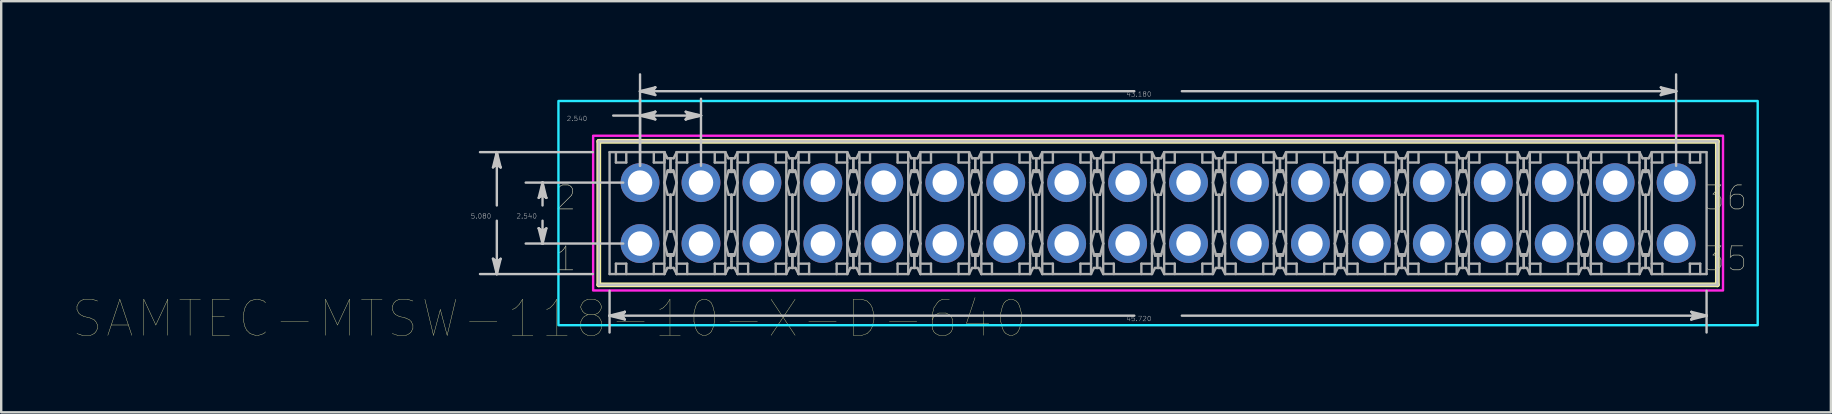
<source format=kicad_pcb>
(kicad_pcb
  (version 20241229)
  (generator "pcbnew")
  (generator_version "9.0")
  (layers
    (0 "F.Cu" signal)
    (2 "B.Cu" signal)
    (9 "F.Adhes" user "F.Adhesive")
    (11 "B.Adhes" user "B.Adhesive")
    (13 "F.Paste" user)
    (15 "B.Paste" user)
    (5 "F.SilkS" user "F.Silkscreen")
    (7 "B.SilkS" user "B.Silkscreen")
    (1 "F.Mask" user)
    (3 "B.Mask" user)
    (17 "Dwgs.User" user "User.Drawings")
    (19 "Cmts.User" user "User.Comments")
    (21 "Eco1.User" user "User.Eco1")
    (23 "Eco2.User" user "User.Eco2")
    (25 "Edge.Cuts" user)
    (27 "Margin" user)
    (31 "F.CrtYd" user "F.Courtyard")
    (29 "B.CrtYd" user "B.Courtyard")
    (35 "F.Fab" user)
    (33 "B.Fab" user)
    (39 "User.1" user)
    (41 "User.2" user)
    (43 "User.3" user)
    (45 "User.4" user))
  (footprint "SAMTEC-MTSW-118-10-X-D-640"
    (layer "F.Cu")
    (at 45.215 5.831)
    (property "Reference" "SAMTEC-MTSW-118-10-X-D-640" (at -25.378 4.4 0) (layer "F.SilkS") (effects (font (size 1.5 1.5) (thickness 0.015))))
    (attr through_hole)
    (fp_circle (center -21.59 -1.27) (end -20.729 -1.27) (stroke (width 0) (type solid)) (fill yes) (layer "F.Mask"))
    (fp_circle (center -21.59 1.27) (end -20.729 1.27) (stroke (width 0) (type solid)) (fill yes) (layer "F.Mask"))
    (fp_circle (center -19.05 -1.27) (end -18.189 -1.27) (stroke (width 0) (type solid)) (fill yes) (layer "F.Mask"))
    (fp_circle (center -19.05 1.27) (end -18.189 1.27) (stroke (width 0) (type solid)) (fill yes) (layer "F.Mask"))
    (fp_circle (center -16.51 -1.27) (end -15.649 -1.27) (stroke (width 0) (type solid)) (fill yes) (layer "F.Mask"))
    (fp_circle (center -16.51 1.27) (end -15.649 1.27) (stroke (width 0) (type solid)) (fill yes) (layer "F.Mask"))
    (fp_circle (center -13.97 -1.27) (end -13.109 -1.27) (stroke (width 0) (type solid)) (fill yes) (layer "F.Mask"))
    (fp_circle (center -13.97 1.27) (end -13.109 1.27) (stroke (width 0) (type solid)) (fill yes) (layer "F.Mask"))
    (fp_circle (center -11.43 -1.27) (end -10.569 -1.27) (stroke (width 0) (type solid)) (fill yes) (layer "F.Mask"))
    (fp_circle (center -11.43 1.27) (end -10.569 1.27) (stroke (width 0) (type solid)) (fill yes) (layer "F.Mask"))
    (fp_circle (center -8.89 -1.27) (end -8.029 -1.27) (stroke (width 0) (type solid)) (fill yes) (layer "F.Mask"))
    (fp_circle (center -8.89 1.27) (end -8.029 1.27) (stroke (width 0) (type solid)) (fill yes) (layer "F.Mask"))
    (fp_circle (center -6.35 -1.27) (end -5.489 -1.27) (stroke (width 0) (type solid)) (fill yes) (layer "F.Mask"))
    (fp_circle (center -6.35 1.27) (end -5.489 1.27) (stroke (width 0) (type solid)) (fill yes) (layer "F.Mask"))
    (fp_circle (center -3.81 -1.27) (end -2.949 -1.27) (stroke (width 0) (type solid)) (fill yes) (layer "F.Mask"))
    (fp_circle (center -3.81 1.27) (end -2.949 1.27) (stroke (width 0) (type solid)) (fill yes) (layer "F.Mask"))
    (fp_circle (center -1.27 -1.27) (end -0.409 -1.27) (stroke (width 0) (type solid)) (fill yes) (layer "F.Mask"))
    (fp_circle (center -1.27 1.27) (end -0.409 1.27) (stroke (width 0) (type solid)) (fill yes) (layer "F.Mask"))
    (fp_circle (center 1.27 -1.27) (end 2.131 -1.27) (stroke (width 0) (type solid)) (fill yes) (layer "F.Mask"))
    (fp_circle (center 1.27 1.27) (end 2.131 1.27) (stroke (width 0) (type solid)) (fill yes) (layer "F.Mask"))
    (fp_circle (center 3.81 -1.27) (end 4.671 -1.27) (stroke (width 0) (type solid)) (fill yes) (layer "F.Mask"))
    (fp_circle (center 3.81 1.27) (end 4.671 1.27) (stroke (width 0) (type solid)) (fill yes) (layer "F.Mask"))
    (fp_circle (center 6.35 -1.27) (end 7.211 -1.27) (stroke (width 0) (type solid)) (fill yes) (layer "F.Mask"))
    (fp_circle (center 6.35 1.27) (end 7.211 1.27) (stroke (width 0) (type solid)) (fill yes) (layer "F.Mask"))
    (fp_circle (center 8.89 -1.27) (end 9.751 -1.27) (stroke (width 0) (type solid)) (fill yes) (layer "F.Mask"))
    (fp_circle (center 8.89 1.27) (end 9.751 1.27) (stroke (width 0) (type solid)) (fill yes) (layer "F.Mask"))
    (fp_circle (center 11.43 -1.27) (end 12.291 -1.27) (stroke (width 0) (type solid)) (fill yes) (layer "F.Mask"))
    (fp_circle (center 11.43 1.27) (end 12.291 1.27) (stroke (width 0) (type solid)) (fill yes) (layer "F.Mask"))
    (fp_circle (center 13.97 -1.27) (end 14.831 -1.27) (stroke (width 0) (type solid)) (fill yes) (layer "F.Mask"))
    (fp_circle (center 13.97 1.27) (end 14.831 1.27) (stroke (width 0) (type solid)) (fill yes) (layer "F.Mask"))
    (fp_circle (center 16.51 -1.27) (end 17.371 -1.27) (stroke (width 0) (type solid)) (fill yes) (layer "F.Mask"))
    (fp_circle (center 16.51 1.27) (end 17.371 1.27) (stroke (width 0) (type solid)) (fill yes) (layer "F.Mask"))
    (fp_circle (center 19.05 -1.27) (end 19.911 -1.27) (stroke (width 0) (type solid)) (fill yes) (layer "F.Mask"))
    (fp_circle (center 19.05 1.27) (end 19.911 1.27) (stroke (width 0) (type solid)) (fill yes) (layer "F.Mask"))
    (fp_circle (center 21.59 -1.27) (end 22.451 -1.27) (stroke (width 0) (type solid)) (fill yes) (layer "F.Mask"))
    (fp_circle (center 21.59 1.27) (end 22.451 1.27) (stroke (width 0) (type solid)) (fill yes) (layer "F.Mask"))
    (fp_circle (center -21.59 -1.27) (end -20.729 -1.27) (stroke (width 0) (type solid)) (fill yes) (layer "B.Mask"))
    (fp_circle (center -21.59 1.27) (end -20.729 1.27) (stroke (width 0) (type solid)) (fill yes) (layer "B.Mask"))
    (fp_circle (center -19.05 -1.27) (end -18.189 -1.27) (stroke (width 0) (type solid)) (fill yes) (layer "B.Mask"))
    (fp_circle (center -19.05 1.27) (end -18.189 1.27) (stroke (width 0) (type solid)) (fill yes) (layer "B.Mask"))
    (fp_circle (center -16.51 -1.27) (end -15.649 -1.27) (stroke (width 0) (type solid)) (fill yes) (layer "B.Mask"))
    (fp_circle (center -16.51 1.27) (end -15.649 1.27) (stroke (width 0) (type solid)) (fill yes) (layer "B.Mask"))
    (fp_circle (center -13.97 -1.27) (end -13.109 -1.27) (stroke (width 0) (type solid)) (fill yes) (layer "B.Mask"))
    (fp_circle (center -13.97 1.27) (end -13.109 1.27) (stroke (width 0) (type solid)) (fill yes) (layer "B.Mask"))
    (fp_circle (center -11.43 -1.27) (end -10.569 -1.27) (stroke (width 0) (type solid)) (fill yes) (layer "B.Mask"))
    (fp_circle (center -11.43 1.27) (end -10.569 1.27) (stroke (width 0) (type solid)) (fill yes) (layer "B.Mask"))
    (fp_circle (center -8.89 -1.27) (end -8.029 -1.27) (stroke (width 0) (type solid)) (fill yes) (layer "B.Mask"))
    (fp_circle (center -8.89 1.27) (end -8.029 1.27) (stroke (width 0) (type solid)) (fill yes) (layer "B.Mask"))
    (fp_circle (center -6.35 -1.27) (end -5.489 -1.27) (stroke (width 0) (type solid)) (fill yes) (layer "B.Mask"))
    (fp_circle (center -6.35 1.27) (end -5.489 1.27) (stroke (width 0) (type solid)) (fill yes) (layer "B.Mask"))
    (fp_circle (center -3.81 -1.27) (end -2.949 -1.27) (stroke (width 0) (type solid)) (fill yes) (layer "B.Mask"))
    (fp_circle (center -3.81 1.27) (end -2.949 1.27) (stroke (width 0) (type solid)) (fill yes) (layer "B.Mask"))
    (fp_circle (center -1.27 -1.27) (end -0.409 -1.27) (stroke (width 0) (type solid)) (fill yes) (layer "B.Mask"))
    (fp_circle (center -1.27 1.27) (end -0.409 1.27) (stroke (width 0) (type solid)) (fill yes) (layer "B.Mask"))
    (fp_circle (center 1.27 -1.27) (end 2.131 -1.27) (stroke (width 0) (type solid)) (fill yes) (layer "B.Mask"))
    (fp_circle (center 1.27 1.27) (end 2.131 1.27) (stroke (width 0) (type solid)) (fill yes) (layer "B.Mask"))
    (fp_circle (center 3.81 -1.27) (end 4.671 -1.27) (stroke (width 0) (type solid)) (fill yes) (layer "B.Mask"))
    (fp_circle (center 3.81 1.27) (end 4.671 1.27) (stroke (width 0) (type solid)) (fill yes) (layer "B.Mask"))
    (fp_circle (center 6.35 -1.27) (end 7.211 -1.27) (stroke (width 0) (type solid)) (fill yes) (layer "B.Mask"))
    (fp_circle (center 6.35 1.27) (end 7.211 1.27) (stroke (width 0) (type solid)) (fill yes) (layer "B.Mask"))
    (fp_circle (center 8.89 -1.27) (end 9.751 -1.27) (stroke (width 0) (type solid)) (fill yes) (layer "B.Mask"))
    (fp_circle (center 8.89 1.27) (end 9.751 1.27) (stroke (width 0) (type solid)) (fill yes) (layer "B.Mask"))
    (fp_circle (center 11.43 -1.27) (end 12.291 -1.27) (stroke (width 0) (type solid)) (fill yes) (layer "B.Mask"))
    (fp_circle (center 11.43 1.27) (end 12.291 1.27) (stroke (width 0) (type solid)) (fill yes) (layer "B.Mask"))
    (fp_circle (center 13.97 -1.27) (end 14.831 -1.27) (stroke (width 0) (type solid)) (fill yes) (layer "B.Mask"))
    (fp_circle (center 13.97 1.27) (end 14.831 1.27) (stroke (width 0) (type solid)) (fill yes) (layer "B.Mask"))
    (fp_circle (center 16.51 -1.27) (end 17.371 -1.27) (stroke (width 0) (type solid)) (fill yes) (layer "B.Mask"))
    (fp_circle (center 16.51 1.27) (end 17.371 1.27) (stroke (width 0) (type solid)) (fill yes) (layer "B.Mask"))
    (fp_circle (center 19.05 -1.27) (end 19.911 -1.27) (stroke (width 0) (type solid)) (fill yes) (layer "B.Mask"))
    (fp_circle (center 19.05 1.27) (end 19.911 1.27) (stroke (width 0) (type solid)) (fill yes) (layer "B.Mask"))
    (fp_circle (center 21.59 -1.27) (end 22.451 -1.27) (stroke (width 0) (type solid)) (fill yes) (layer "B.Mask"))
    (fp_circle (center 21.59 1.27) (end 22.451 1.27) (stroke (width 0) (type solid)) (fill yes) (layer "B.Mask"))
    (fp_line (start -23.31 -2.99) (end -23.31 2.99) (stroke (width 0.2) (type solid)) (layer "F.SilkS"))
    (fp_line (start -23.31 2.99) (end 23.31 2.99) (stroke (width 0.2) (type solid)) (layer "F.SilkS"))
    (fp_line (start 23.31 -2.99) (end -23.31 -2.99) (stroke (width 0.2) (type solid)) (layer "F.SilkS"))
    (fp_line (start 23.31 2.99) (end 23.31 -2.99) (stroke (width 0.2) (type solid)) (layer "F.SilkS"))
    (fp_line (start -27.718 -1.905) (end -27.559 -2.032) (stroke (width 0.1) (type solid)) (layer "Dwgs.User"))
    (fp_line (start -27.718 1.905) (end -27.559 2.54) (stroke (width 0.1) (type solid)) (layer "Dwgs.User"))
    (fp_line (start -27.638 -1.968) (end -27.559 -2.032) (stroke (width 0.1) (type solid)) (layer "Dwgs.User"))
    (fp_line (start -27.638 1.968) (end -27.718 1.905) (stroke (width 0.1) (type solid)) (layer "Dwgs.User"))
    (fp_line (start -27.559 -2.54) (end -27.718 -1.905) (stroke (width 0.1) (type solid)) (layer "Dwgs.User"))
    (fp_line (start -27.559 -2.54) (end -27.638 -1.968) (stroke (width 0.1) (type solid)) (layer "Dwgs.User"))
    (fp_line (start -27.559 -2.54) (end -27.48 -1.968) (stroke (width 0.1) (type solid)) (layer "Dwgs.User"))
    (fp_line (start -27.559 -2.032) (end -27.559 -2.54) (stroke (width 0.1) (type solid)) (layer "Dwgs.User"))
    (fp_line (start -27.559 -2.032) (end -27.4 -1.905) (stroke (width 0.1) (type solid)) (layer "Dwgs.User"))
    (fp_line (start -27.559 -0.318) (end -27.559 -2.54) (stroke (width 0.1) (type solid)) (layer "Dwgs.User"))
    (fp_line (start -27.559 0.318) (end -27.559 2.54) (stroke (width 0.1) (type solid)) (layer "Dwgs.User"))
    (fp_line (start -27.559 2.032) (end -27.718 1.905) (stroke (width 0.1) (type solid)) (layer "Dwgs.User"))
    (fp_line (start -27.559 2.032) (end -27.559 2.54) (stroke (width 0.1) (type solid)) (layer "Dwgs.User"))
    (fp_line (start -27.559 2.54) (end -27.638 1.968) (stroke (width 0.1) (type solid)) (layer "Dwgs.User"))
    (fp_line (start -27.559 2.54) (end -27.48 1.968) (stroke (width 0.1) (type solid)) (layer "Dwgs.User"))
    (fp_line (start -27.559 2.54) (end -27.4 1.905) (stroke (width 0.1) (type solid)) (layer "Dwgs.User"))
    (fp_line (start -27.48 -1.968) (end -27.4 -1.905) (stroke (width 0.1) (type solid)) (layer "Dwgs.User"))
    (fp_line (start -27.48 1.968) (end -27.559 2.032) (stroke (width 0.1) (type solid)) (layer "Dwgs.User"))
    (fp_line (start -27.4 -1.905) (end -27.559 -2.54) (stroke (width 0.1) (type solid)) (layer "Dwgs.User"))
    (fp_line (start -27.4 1.905) (end -27.559 2.032) (stroke (width 0.1) (type solid)) (layer "Dwgs.User"))
    (fp_line (start -25.813 -0.635) (end -25.654 -0.762) (stroke (width 0.1) (type solid)) (layer "Dwgs.User"))
    (fp_line (start -25.813 0.635) (end -25.654 1.27) (stroke (width 0.1) (type solid)) (layer "Dwgs.User"))
    (fp_line (start -25.733 -0.698) (end -25.654 -0.762) (stroke (width 0.1) (type solid)) (layer "Dwgs.User"))
    (fp_line (start -25.733 0.698) (end -25.813 0.635) (stroke (width 0.1) (type solid)) (layer "Dwgs.User"))
    (fp_line (start -25.654 -1.27) (end -25.813 -0.635) (stroke (width 0.1) (type solid)) (layer "Dwgs.User"))
    (fp_line (start -25.654 -1.27) (end -25.733 -0.698) (stroke (width 0.1) (type solid)) (layer "Dwgs.User"))
    (fp_line (start -25.654 -1.27) (end -25.575 -0.698) (stroke (width 0.1) (type solid)) (layer "Dwgs.User"))
    (fp_line (start -25.654 -0.762) (end -25.654 -1.27) (stroke (width 0.1) (type solid)) (layer "Dwgs.User"))
    (fp_line (start -25.654 -0.762) (end -25.495 -0.635) (stroke (width 0.1) (type solid)) (layer "Dwgs.User"))
    (fp_line (start -25.654 -0.318) (end -25.654 -1.27) (stroke (width 0.1) (type solid)) (layer "Dwgs.User"))
    (fp_line (start -25.654 0.318) (end -25.654 1.27) (stroke (width 0.1) (type solid)) (layer "Dwgs.User"))
    (fp_line (start -25.654 0.762) (end -25.813 0.635) (stroke (width 0.1) (type solid)) (layer "Dwgs.User"))
    (fp_line (start -25.654 0.762) (end -25.654 1.27) (stroke (width 0.1) (type solid)) (layer "Dwgs.User"))
    (fp_line (start -25.654 1.27) (end -25.733 0.698) (stroke (width 0.1) (type solid)) (layer "Dwgs.User"))
    (fp_line (start -25.654 1.27) (end -25.575 0.698) (stroke (width 0.1) (type solid)) (layer "Dwgs.User"))
    (fp_line (start -25.654 1.27) (end -25.495 0.635) (stroke (width 0.1) (type solid)) (layer "Dwgs.User"))
    (fp_line (start -25.575 -0.698) (end -25.495 -0.635) (stroke (width 0.1) (type solid)) (layer "Dwgs.User"))
    (fp_line (start -25.575 0.698) (end -25.654 0.762) (stroke (width 0.1) (type solid)) (layer "Dwgs.User"))
    (fp_line (start -25.495 -0.635) (end -25.654 -1.27) (stroke (width 0.1) (type solid)) (layer "Dwgs.User"))
    (fp_line (start -25.495 0.635) (end -25.654 0.762) (stroke (width 0.1) (type solid)) (layer "Dwgs.User"))
    (fp_line (start -23.561 -2.54) (end -28.26 -2.54) (stroke (width 0.1) (type solid)) (layer "Dwgs.User"))
    (fp_line (start -23.561 2.54) (end -28.26 2.54) (stroke (width 0.1) (type solid)) (layer "Dwgs.User"))
    (fp_line (start -23.31 -2.99) (end -23.31 2.99) (stroke (width 0.1) (type solid)) (layer "Dwgs.User"))
    (fp_line (start -23.31 2.99) (end 23.31 2.99) (stroke (width 0.1) (type solid)) (layer "Dwgs.User"))
    (fp_line (start -22.86 3.241) (end -22.86 4.976) (stroke (width 0.1) (type solid)) (layer "Dwgs.User"))
    (fp_line (start -22.86 4.275) (end -22.288 4.195) (stroke (width 0.1) (type solid)) (layer "Dwgs.User"))
    (fp_line (start -22.86 4.275) (end -22.288 4.354) (stroke (width 0.1) (type solid)) (layer "Dwgs.User"))
    (fp_line (start -22.86 4.275) (end -22.225 4.434) (stroke (width 0.1) (type solid)) (layer "Dwgs.User"))
    (fp_line (start -22.708 -4.064) (end -21.59 -4.064) (stroke (width 0.1) (type solid)) (layer "Dwgs.User"))
    (fp_line (start -22.352 4.275) (end -22.86 4.275) (stroke (width 0.1) (type solid)) (layer "Dwgs.User"))
    (fp_line (start -22.352 4.275) (end -22.225 4.116) (stroke (width 0.1) (type solid)) (layer "Dwgs.User"))
    (fp_line (start -22.291 -1.27) (end -26.355 -1.27) (stroke (width 0.1) (type solid)) (layer "Dwgs.User"))
    (fp_line (start -22.291 1.27) (end -26.355 1.27) (stroke (width 0.1) (type solid)) (layer "Dwgs.User"))
    (fp_line (start -22.288 4.195) (end -22.225 4.116) (stroke (width 0.1) (type solid)) (layer "Dwgs.User"))
    (fp_line (start -22.288 4.354) (end -22.352 4.275) (stroke (width 0.1) (type solid)) (layer "Dwgs.User"))
    (fp_line (start -22.225 4.116) (end -22.86 4.275) (stroke (width 0.1) (type solid)) (layer "Dwgs.User"))
    (fp_line (start -22.225 4.434) (end -22.352 4.275) (stroke (width 0.1) (type solid)) (layer "Dwgs.User"))
    (fp_line (start -21.59 -5.08) (end -21.018 -5.159) (stroke (width 0.1) (type solid)) (layer "Dwgs.User"))
    (fp_line (start -21.59 -5.08) (end -21.018 -5.001) (stroke (width 0.1) (type solid)) (layer "Dwgs.User"))
    (fp_line (start -21.59 -5.08) (end -20.955 -4.921) (stroke (width 0.1) (type solid)) (layer "Dwgs.User"))
    (fp_line (start -21.59 -4.064) (end -21.018 -4.143) (stroke (width 0.1) (type solid)) (layer "Dwgs.User"))
    (fp_line (start -21.59 -4.064) (end -21.018 -3.985) (stroke (width 0.1) (type solid)) (layer "Dwgs.User"))
    (fp_line (start -21.59 -4.064) (end -20.955 -3.905) (stroke (width 0.1) (type solid)) (layer "Dwgs.User"))
    (fp_line (start -21.59 -4.064) (end -19.05 -4.064) (stroke (width 0.1) (type solid)) (layer "Dwgs.User"))
    (fp_line (start -21.59 -1.971) (end -21.59 -5.781) (stroke (width 0.1) (type solid)) (layer "Dwgs.User"))
    (fp_line (start -21.59 -1.971) (end -21.59 -4.765) (stroke (width 0.1) (type solid)) (layer "Dwgs.User"))
    (fp_line (start -21.082 -5.08) (end -21.59 -5.08) (stroke (width 0.1) (type solid)) (layer "Dwgs.User"))
    (fp_line (start -21.082 -5.08) (end -20.955 -5.239) (stroke (width 0.1) (type solid)) (layer "Dwgs.User"))
    (fp_line (start -21.082 -4.064) (end -21.59 -4.064) (stroke (width 0.1) (type solid)) (layer "Dwgs.User"))
    (fp_line (start -21.082 -4.064) (end -20.955 -4.223) (stroke (width 0.1) (type solid)) (layer "Dwgs.User"))
    (fp_line (start -21.018 -5.159) (end -20.955 -5.239) (stroke (width 0.1) (type solid)) (layer "Dwgs.User"))
    (fp_line (start -21.018 -5.001) (end -21.082 -5.08) (stroke (width 0.1) (type solid)) (layer "Dwgs.User"))
    (fp_line (start -21.018 -4.143) (end -20.955 -4.223) (stroke (width 0.1) (type solid)) (layer "Dwgs.User"))
    (fp_line (start -21.018 -3.985) (end -21.082 -4.064) (stroke (width 0.1) (type solid)) (layer "Dwgs.User"))
    (fp_line (start -20.955 -5.239) (end -21.59 -5.08) (stroke (width 0.1) (type solid)) (layer "Dwgs.User"))
    (fp_line (start -20.955 -4.921) (end -21.082 -5.08) (stroke (width 0.1) (type solid)) (layer "Dwgs.User"))
    (fp_line (start -20.955 -4.223) (end -21.59 -4.064) (stroke (width 0.1) (type solid)) (layer "Dwgs.User"))
    (fp_line (start -20.955 -3.905) (end -21.082 -4.064) (stroke (width 0.1) (type solid)) (layer "Dwgs.User"))
    (fp_line (start -19.685 -4.223) (end -19.558 -4.064) (stroke (width 0.1) (type solid)) (layer "Dwgs.User"))
    (fp_line (start -19.685 -3.905) (end -19.05 -4.064) (stroke (width 0.1) (type solid)) (layer "Dwgs.User"))
    (fp_line (start -19.622 -4.143) (end -19.558 -4.064) (stroke (width 0.1) (type solid)) (layer "Dwgs.User"))
    (fp_line (start -19.622 -3.985) (end -19.685 -3.905) (stroke (width 0.1) (type solid)) (layer "Dwgs.User"))
    (fp_line (start -19.558 -4.064) (end -19.685 -3.905) (stroke (width 0.1) (type solid)) (layer "Dwgs.User"))
    (fp_line (start -19.558 -4.064) (end -19.05 -4.064) (stroke (width 0.1) (type solid)) (layer "Dwgs.User"))
    (fp_line (start -19.05 -4.064) (end -19.685 -4.223) (stroke (width 0.1) (type solid)) (layer "Dwgs.User"))
    (fp_line (start -19.05 -4.064) (end -19.622 -4.143) (stroke (width 0.1) (type solid)) (layer "Dwgs.User"))
    (fp_line (start -19.05 -4.064) (end -19.622 -3.985) (stroke (width 0.1) (type solid)) (layer "Dwgs.User"))
    (fp_line (start -19.05 -1.971) (end -19.05 -4.765) (stroke (width 0.1) (type solid)) (layer "Dwgs.User"))
    (fp_line (start -0.991 -5.08) (end -21.59 -5.08) (stroke (width 0.1) (type solid)) (layer "Dwgs.User"))
    (fp_line (start -0.991 4.275) (end -22.86 4.275) (stroke (width 0.1) (type solid)) (layer "Dwgs.User"))
    (fp_line (start 0.991 -5.08) (end 21.59 -5.08) (stroke (width 0.1) (type solid)) (layer "Dwgs.User"))
    (fp_line (start 0.991 4.275) (end 22.86 4.275) (stroke (width 0.1) (type solid)) (layer "Dwgs.User"))
    (fp_line (start 20.955 -5.239) (end 21.082 -5.08) (stroke (width 0.1) (type solid)) (layer "Dwgs.User"))
    (fp_line (start 20.955 -4.921) (end 21.59 -5.08) (stroke (width 0.1) (type solid)) (layer "Dwgs.User"))
    (fp_line (start 21.018 -5.159) (end 21.082 -5.08) (stroke (width 0.1) (type solid)) (layer "Dwgs.User"))
    (fp_line (start 21.018 -5.001) (end 20.955 -4.921) (stroke (width 0.1) (type solid)) (layer "Dwgs.User"))
    (fp_line (start 21.082 -5.08) (end 20.955 -4.921) (stroke (width 0.1) (type solid)) (layer "Dwgs.User"))
    (fp_line (start 21.082 -5.08) (end 21.59 -5.08) (stroke (width 0.1) (type solid)) (layer "Dwgs.User"))
    (fp_line (start 21.59 -5.08) (end 20.955 -5.239) (stroke (width 0.1) (type solid)) (layer "Dwgs.User"))
    (fp_line (start 21.59 -5.08) (end 21.018 -5.159) (stroke (width 0.1) (type solid)) (layer "Dwgs.User"))
    (fp_line (start 21.59 -5.08) (end 21.018 -5.001) (stroke (width 0.1) (type solid)) (layer "Dwgs.User"))
    (fp_line (start 21.59 -1.971) (end 21.59 -5.781) (stroke (width 0.1) (type solid)) (layer "Dwgs.User"))
    (fp_line (start 22.225 4.116) (end 22.352 4.275) (stroke (width 0.1) (type solid)) (layer "Dwgs.User"))
    (fp_line (start 22.225 4.434) (end 22.86 4.275) (stroke (width 0.1) (type solid)) (layer "Dwgs.User"))
    (fp_line (start 22.288 4.195) (end 22.352 4.275) (stroke (width 0.1) (type solid)) (layer "Dwgs.User"))
    (fp_line (start 22.288 4.354) (end 22.225 4.434) (stroke (width 0.1) (type solid)) (layer "Dwgs.User"))
    (fp_line (start 22.352 4.275) (end 22.225 4.434) (stroke (width 0.1) (type solid)) (layer "Dwgs.User"))
    (fp_line (start 22.352 4.275) (end 22.86 4.275) (stroke (width 0.1) (type solid)) (layer "Dwgs.User"))
    (fp_line (start 22.86 3.241) (end 22.86 4.976) (stroke (width 0.1) (type solid)) (layer "Dwgs.User"))
    (fp_line (start 22.86 4.275) (end 22.225 4.116) (stroke (width 0.1) (type solid)) (layer "Dwgs.User"))
    (fp_line (start 22.86 4.275) (end 22.288 4.195) (stroke (width 0.1) (type solid)) (layer "Dwgs.User"))
    (fp_line (start 22.86 4.275) (end 22.288 4.354) (stroke (width 0.1) (type solid)) (layer "Dwgs.User"))
    (fp_line (start 23.31 -2.99) (end -23.31 -2.99) (stroke (width 0.1) (type solid)) (layer "Dwgs.User"))
    (fp_line (start 23.31 2.99) (end 23.31 -2.99) (stroke (width 0.1) (type solid)) (layer "Dwgs.User"))
    (fp_poly (pts (xy -24.991 4.671) (xy -24.991 -4.671) (xy 24.991 -4.671) (xy 24.991 4.671) (xy -24.991 4.671)) (stroke (width 0.1) (type solid)) (fill no) (layer "B.CrtYd"))
    (fp_poly (pts (xy -23.545 3.225) (xy -23.545 -3.225) (xy 23.545 -3.225) (xy 23.545 3.225) (xy -23.545 3.225)) (stroke (width 0.1) (type solid)) (fill no) (layer "F.CrtYd"))
    (fp_line (start -22.86 -2.54) (end -22.86 2.54) (stroke (width 0.1) (type solid)) (layer "F.Fab"))
    (fp_line (start -22.86 2.54) (end -20.574 2.54) (stroke (width 0.1) (type solid)) (layer "F.Fab"))
    (fp_line (start -22.596 -2.54) (end -22.596 -2.108) (stroke (width 0.1) (type solid)) (layer "F.Fab"))
    (fp_line (start -22.596 -2.108) (end -22.164 -2.108) (stroke (width 0.1) (type solid)) (layer "F.Fab"))
    (fp_line (start -22.596 2.108) (end -22.164 2.108) (stroke (width 0.1) (type solid)) (layer "F.Fab"))
    (fp_line (start -22.596 2.54) (end -22.596 2.108) (stroke (width 0.1) (type solid)) (layer "F.Fab"))
    (fp_line (start -22.164 -2.108) (end -22.164 -2.54) (stroke (width 0.1) (type solid)) (layer "F.Fab"))
    (fp_line (start -22.164 2.108) (end -22.164 2.54) (stroke (width 0.1) (type solid)) (layer "F.Fab"))
    (fp_line (start -21.908 -0.952) (end -21.908 -1.588) (stroke (width 0.1) (type solid)) (layer "F.Fab"))
    (fp_line (start -21.908 0.952) (end -21.272 0.952) (stroke (width 0.1) (type solid)) (layer "F.Fab"))
    (fp_line (start -21.908 1.588) (end -21.908 0.952) (stroke (width 0.1) (type solid)) (layer "F.Fab"))
    (fp_line (start -21.272 -1.588) (end -21.908 -1.588) (stroke (width 0.1) (type solid)) (layer "F.Fab"))
    (fp_line (start -21.272 -1.588) (end -21.272 -0.952) (stroke (width 0.1) (type solid)) (layer "F.Fab"))
    (fp_line (start -21.272 -0.952) (end -21.908 -0.952) (stroke (width 0.1) (type solid)) (layer "F.Fab"))
    (fp_line (start -21.272 0.952) (end -21.272 1.588) (stroke (width 0.1) (type solid)) (layer "F.Fab"))
    (fp_line (start -21.272 1.588) (end -21.908 1.588) (stroke (width 0.1) (type solid)) (layer "F.Fab"))
    (fp_line (start -21.016 -2.108) (end -21.016 -2.54) (stroke (width 0.1) (type solid)) (layer "F.Fab"))
    (fp_line (start -21.016 2.108) (end -21.016 2.54) (stroke (width 0.1) (type solid)) (layer "F.Fab"))
    (fp_line (start -20.574 -2.54) (end -22.86 -2.54) (stroke (width 0.1) (type solid)) (layer "F.Fab"))
    (fp_line (start -20.574 -2.54) (end -20.574 -2.108) (stroke (width 0.1) (type solid)) (layer "F.Fab"))
    (fp_line (start -20.574 -2.54) (end -20.45 -2.286) (stroke (width 0.1) (type solid)) (layer "F.Fab"))
    (fp_line (start -20.574 -2.108) (end -21.016 -2.108) (stroke (width 0.1) (type solid)) (layer "F.Fab"))
    (fp_line (start -20.574 -1.27) (end -20.437 -0.762) (stroke (width 0.1) (type solid)) (layer "F.Fab"))
    (fp_line (start -20.574 2.108) (end -21.016 2.108) (stroke (width 0.1) (type solid)) (layer "F.Fab"))
    (fp_line (start -20.574 2.54) (end -20.574 -2.54) (stroke (width 0.1) (type solid)) (layer "F.Fab"))
    (fp_line (start -20.574 2.54) (end -20.45 2.286) (stroke (width 0.1) (type solid)) (layer "F.Fab"))
    (fp_line (start -20.454 -1.714) (end -20.32 -1.714) (stroke (width 0.1) (type solid)) (layer "F.Fab"))
    (fp_line (start -20.454 1.714) (end -20.32 1.714) (stroke (width 0.1) (type solid)) (layer "F.Fab"))
    (fp_line (start -20.45 -2.286) (end -20.32 -2.286) (stroke (width 0.1) (type solid)) (layer "F.Fab"))
    (fp_line (start -20.45 2.286) (end -20.32 2.286) (stroke (width 0.1) (type solid)) (layer "F.Fab"))
    (fp_line (start -20.437 -1.778) (end -20.574 -1.27) (stroke (width 0.1) (type solid)) (layer "F.Fab"))
    (fp_line (start -20.437 -0.762) (end -20.32 -0.762) (stroke (width 0.1) (type solid)) (layer "F.Fab"))
    (fp_line (start -20.437 0.762) (end -20.574 1.27) (stroke (width 0.1) (type solid)) (layer "F.Fab"))
    (fp_line (start -20.437 1.778) (end -20.574 1.27) (stroke (width 0.1) (type solid)) (layer "F.Fab"))
    (fp_line (start -20.32 -2.286) (end -20.32 -1.778) (stroke (width 0.1) (type solid)) (layer "F.Fab"))
    (fp_line (start -20.32 -2.286) (end -20.19 -2.286) (stroke (width 0.1) (type solid)) (layer "F.Fab"))
    (fp_line (start -20.32 -1.778) (end -20.437 -1.778) (stroke (width 0.1) (type solid)) (layer "F.Fab"))
    (fp_line (start -20.32 -1.778) (end -20.32 -2.286) (stroke (width 0.1) (type solid)) (layer "F.Fab"))
    (fp_line (start -20.32 -0.762) (end -20.32 0.762) (stroke (width 0.1) (type solid)) (layer "F.Fab"))
    (fp_line (start -20.32 -0.762) (end -20.203 -0.762) (stroke (width 0.1) (type solid)) (layer "F.Fab"))
    (fp_line (start -20.32 0.762) (end -20.437 0.762) (stroke (width 0.1) (type solid)) (layer "F.Fab"))
    (fp_line (start -20.32 0.762) (end -20.32 -0.762) (stroke (width 0.1) (type solid)) (layer "F.Fab"))
    (fp_line (start -20.32 1.778) (end -20.437 1.778) (stroke (width 0.1) (type solid)) (layer "F.Fab"))
    (fp_line (start -20.32 1.778) (end -20.203 1.778) (stroke (width 0.1) (type solid)) (layer "F.Fab"))
    (fp_line (start -20.32 2.286) (end -20.32 1.778) (stroke (width 0.1) (type solid)) (layer "F.Fab"))
    (fp_line (start -20.32 2.286) (end -20.32 1.778) (stroke (width 0.1) (type solid)) (layer "F.Fab"))
    (fp_line (start -20.203 -1.778) (end -20.32 -1.778) (stroke (width 0.1) (type solid)) (layer "F.Fab"))
    (fp_line (start -20.203 -0.762) (end -20.066 -1.27) (stroke (width 0.1) (type solid)) (layer "F.Fab"))
    (fp_line (start -20.203 0.762) (end -20.32 0.762) (stroke (width 0.1) (type solid)) (layer "F.Fab"))
    (fp_line (start -20.203 1.778) (end -20.066 1.27) (stroke (width 0.1) (type solid)) (layer "F.Fab"))
    (fp_line (start -20.19 -2.286) (end -20.066 -2.54) (stroke (width 0.1) (type solid)) (layer "F.Fab"))
    (fp_line (start -20.19 2.286) (end -20.32 2.286) (stroke (width 0.1) (type solid)) (layer "F.Fab"))
    (fp_line (start -20.186 -1.714) (end -20.32 -1.714) (stroke (width 0.1) (type solid)) (layer "F.Fab"))
    (fp_line (start -20.186 1.714) (end -20.32 1.714) (stroke (width 0.1) (type solid)) (layer "F.Fab"))
    (fp_line (start -20.066 -2.54) (end -20.066 2.54) (stroke (width 0.1) (type solid)) (layer "F.Fab"))
    (fp_line (start -20.066 -2.108) (end -19.624 -2.108) (stroke (width 0.1) (type solid)) (layer "F.Fab"))
    (fp_line (start -20.066 -1.27) (end -20.203 -1.778) (stroke (width 0.1) (type solid)) (layer "F.Fab"))
    (fp_line (start -20.066 1.27) (end -20.203 0.762) (stroke (width 0.1) (type solid)) (layer "F.Fab"))
    (fp_line (start -20.066 2.108) (end -19.624 2.108) (stroke (width 0.1) (type solid)) (layer "F.Fab"))
    (fp_line (start -20.066 2.54) (end -20.19 2.286) (stroke (width 0.1) (type solid)) (layer "F.Fab"))
    (fp_line (start -20.066 2.54) (end -18.034 2.54) (stroke (width 0.1) (type solid)) (layer "F.Fab"))
    (fp_line (start -19.624 -2.108) (end -19.624 -2.54) (stroke (width 0.1) (type solid)) (layer "F.Fab"))
    (fp_line (start -19.624 2.108) (end -19.624 2.54) (stroke (width 0.1) (type solid)) (layer "F.Fab"))
    (fp_line (start -19.368 -0.952) (end -19.368 -1.588) (stroke (width 0.1) (type solid)) (layer "F.Fab"))
    (fp_line (start -19.368 0.952) (end -18.732 0.952) (stroke (width 0.1) (type solid)) (layer "F.Fab"))
    (fp_line (start -19.368 1.588) (end -19.368 0.952) (stroke (width 0.1) (type solid)) (layer "F.Fab"))
    (fp_line (start -18.732 -1.588) (end -19.368 -1.588) (stroke (width 0.1) (type solid)) (layer "F.Fab"))
    (fp_line (start -18.732 -0.952) (end -19.368 -0.952) (stroke (width 0.1) (type solid)) (layer "F.Fab"))
    (fp_line (start -18.732 -0.952) (end -18.732 -1.588) (stroke (width 0.1) (type solid)) (layer "F.Fab"))
    (fp_line (start -18.732 1.588) (end -19.368 1.588) (stroke (width 0.1) (type solid)) (layer "F.Fab"))
    (fp_line (start -18.732 1.588) (end -18.732 0.952) (stroke (width 0.1) (type solid)) (layer "F.Fab"))
    (fp_line (start -18.476 -2.108) (end -18.476 -2.54) (stroke (width 0.1) (type solid)) (layer "F.Fab"))
    (fp_line (start -18.476 2.108) (end -18.476 2.54) (stroke (width 0.1) (type solid)) (layer "F.Fab"))
    (fp_line (start -18.034 -2.54) (end -20.066 -2.54) (stroke (width 0.1) (type solid)) (layer "F.Fab"))
    (fp_line (start -18.034 -2.54) (end -17.91 -2.286) (stroke (width 0.1) (type solid)) (layer "F.Fab"))
    (fp_line (start -18.034 -2.108) (end -18.476 -2.108) (stroke (width 0.1) (type solid)) (layer "F.Fab"))
    (fp_line (start -18.034 -1.27) (end -17.897 -1.778) (stroke (width 0.1) (type solid)) (layer "F.Fab"))
    (fp_line (start -18.034 -1.27) (end -17.897 -0.762) (stroke (width 0.1) (type solid)) (layer "F.Fab"))
    (fp_line (start -18.034 1.27) (end -17.897 1.778) (stroke (width 0.1) (type solid)) (layer "F.Fab"))
    (fp_line (start -18.034 2.108) (end -18.476 2.108) (stroke (width 0.1) (type solid)) (layer "F.Fab"))
    (fp_line (start -18.034 2.54) (end -18.034 -2.54) (stroke (width 0.1) (type solid)) (layer "F.Fab"))
    (fp_line (start -17.914 -1.714) (end -17.784 -1.714) (stroke (width 0.1) (type solid)) (layer "F.Fab"))
    (fp_line (start -17.914 1.714) (end -17.78 1.714) (stroke (width 0.1) (type solid)) (layer "F.Fab"))
    (fp_line (start -17.91 -2.286) (end -17.78 -2.286) (stroke (width 0.1) (type solid)) (layer "F.Fab"))
    (fp_line (start -17.91 2.286) (end -18.034 2.54) (stroke (width 0.1) (type solid)) (layer "F.Fab"))
    (fp_line (start -17.897 -1.778) (end -17.78 -1.778) (stroke (width 0.1) (type solid)) (layer "F.Fab"))
    (fp_line (start -17.897 -0.762) (end -17.78 -0.762) (stroke (width 0.1) (type solid)) (layer "F.Fab"))
    (fp_line (start -17.897 0.762) (end -18.034 1.27) (stroke (width 0.1) (type solid)) (layer "F.Fab"))
    (fp_line (start -17.897 1.778) (end -17.78 1.778) (stroke (width 0.1) (type solid)) (layer "F.Fab"))
    (fp_line (start -17.78 -2.286) (end -17.65 -2.286) (stroke (width 0.1) (type solid)) (layer "F.Fab"))
    (fp_line (start -17.78 -1.778) (end -17.78 -2.286) (stroke (width 0.1) (type solid)) (layer "F.Fab"))
    (fp_line (start -17.78 -1.778) (end -17.78 -2.286) (stroke (width 0.1) (type solid)) (layer "F.Fab"))
    (fp_line (start -17.78 -0.762) (end -17.78 0.762) (stroke (width 0.1) (type solid)) (layer "F.Fab"))
    (fp_line (start -17.78 -0.762) (end -17.663 -0.762) (stroke (width 0.1) (type solid)) (layer "F.Fab"))
    (fp_line (start -17.78 0.762) (end -17.897 0.762) (stroke (width 0.1) (type solid)) (layer "F.Fab"))
    (fp_line (start -17.78 0.762) (end -17.78 -0.762) (stroke (width 0.1) (type solid)) (layer "F.Fab"))
    (fp_line (start -17.78 1.778) (end -17.78 2.286) (stroke (width 0.1) (type solid)) (layer "F.Fab"))
    (fp_line (start -17.78 1.778) (end -17.663 1.778) (stroke (width 0.1) (type solid)) (layer "F.Fab"))
    (fp_line (start -17.78 2.286) (end -17.91 2.286) (stroke (width 0.1) (type solid)) (layer "F.Fab"))
    (fp_line (start -17.78 2.286) (end -17.78 1.778) (stroke (width 0.1) (type solid)) (layer "F.Fab"))
    (fp_line (start -17.663 -1.778) (end -17.78 -1.778) (stroke (width 0.1) (type solid)) (layer "F.Fab"))
    (fp_line (start -17.663 -0.762) (end -17.526 -1.27) (stroke (width 0.1) (type solid)) (layer "F.Fab"))
    (fp_line (start -17.663 0.762) (end -17.78 0.762) (stroke (width 0.1) (type solid)) (layer "F.Fab"))
    (fp_line (start -17.663 1.778) (end -17.526 1.27) (stroke (width 0.1) (type solid)) (layer "F.Fab"))
    (fp_line (start -17.65 -2.286) (end -17.526 -2.54) (stroke (width 0.1) (type solid)) (layer "F.Fab"))
    (fp_line (start -17.65 2.286) (end -17.78 2.286) (stroke (width 0.1) (type solid)) (layer "F.Fab"))
    (fp_line (start -17.646 -1.714) (end -17.78 -1.714) (stroke (width 0.1) (type solid)) (layer "F.Fab"))
    (fp_line (start -17.646 1.714) (end -17.78 1.714) (stroke (width 0.1) (type solid)) (layer "F.Fab"))
    (fp_line (start -17.526 -2.54) (end -17.526 2.54) (stroke (width 0.1) (type solid)) (layer "F.Fab"))
    (fp_line (start -17.526 -2.108) (end -17.084 -2.108) (stroke (width 0.1) (type solid)) (layer "F.Fab"))
    (fp_line (start -17.526 -1.27) (end -17.663 -1.778) (stroke (width 0.1) (type solid)) (layer "F.Fab"))
    (fp_line (start -17.526 1.27) (end -17.663 0.762) (stroke (width 0.1) (type solid)) (layer "F.Fab"))
    (fp_line (start -17.526 2.108) (end -17.084 2.108) (stroke (width 0.1) (type solid)) (layer "F.Fab"))
    (fp_line (start -17.526 2.54) (end -17.65 2.286) (stroke (width 0.1) (type solid)) (layer "F.Fab"))
    (fp_line (start -17.526 2.54) (end -15.494 2.54) (stroke (width 0.1) (type solid)) (layer "F.Fab"))
    (fp_line (start -17.084 -2.108) (end -17.084 -2.54) (stroke (width 0.1) (type solid)) (layer "F.Fab"))
    (fp_line (start -17.084 2.108) (end -17.084 2.54) (stroke (width 0.1) (type solid)) (layer "F.Fab"))
    (fp_line (start -16.828 -0.952) (end -16.828 -1.588) (stroke (width 0.1) (type solid)) (layer "F.Fab"))
    (fp_line (start -16.828 0.952) (end -16.192 0.952) (stroke (width 0.1) (type solid)) (layer "F.Fab"))
    (fp_line (start -16.828 1.588) (end -16.828 0.952) (stroke (width 0.1) (type solid)) (layer "F.Fab"))
    (fp_line (start -16.192 -1.588) (end -16.828 -1.588) (stroke (width 0.1) (type solid)) (layer "F.Fab"))
    (fp_line (start -16.192 -0.952) (end -16.828 -0.952) (stroke (width 0.1) (type solid)) (layer "F.Fab"))
    (fp_line (start -16.192 -0.952) (end -16.192 -1.588) (stroke (width 0.1) (type solid)) (layer "F.Fab"))
    (fp_line (start -16.192 1.588) (end -16.828 1.588) (stroke (width 0.1) (type solid)) (layer "F.Fab"))
    (fp_line (start -16.192 1.588) (end -16.192 0.952) (stroke (width 0.1) (type solid)) (layer "F.Fab"))
    (fp_line (start -15.936 -2.108) (end -15.936 -2.54) (stroke (width 0.1) (type solid)) (layer "F.Fab"))
    (fp_line (start -15.936 2.108) (end -15.936 2.54) (stroke (width 0.1) (type solid)) (layer "F.Fab"))
    (fp_line (start -15.494 -2.54) (end -17.526 -2.54) (stroke (width 0.1) (type solid)) (layer "F.Fab"))
    (fp_line (start -15.494 -2.54) (end -15.37 -2.286) (stroke (width 0.1) (type solid)) (layer "F.Fab"))
    (fp_line (start -15.494 -2.108) (end -15.936 -2.108) (stroke (width 0.1) (type solid)) (layer "F.Fab"))
    (fp_line (start -15.494 -1.27) (end -15.357 -1.778) (stroke (width 0.1) (type solid)) (layer "F.Fab"))
    (fp_line (start -15.494 -1.27) (end -15.357 -0.762) (stroke (width 0.1) (type solid)) (layer "F.Fab"))
    (fp_line (start -15.494 1.27) (end -15.357 1.778) (stroke (width 0.1) (type solid)) (layer "F.Fab"))
    (fp_line (start -15.494 2.108) (end -15.936 2.108) (stroke (width 0.1) (type solid)) (layer "F.Fab"))
    (fp_line (start -15.494 2.54) (end -15.494 -2.54) (stroke (width 0.1) (type solid)) (layer "F.Fab"))
    (fp_line (start -15.374 -1.714) (end -15.244 -1.714) (stroke (width 0.1) (type solid)) (layer "F.Fab"))
    (fp_line (start -15.374 1.714) (end -15.24 1.714) (stroke (width 0.1) (type solid)) (layer "F.Fab"))
    (fp_line (start -15.37 -2.286) (end -15.24 -2.286) (stroke (width 0.1) (type solid)) (layer "F.Fab"))
    (fp_line (start -15.37 2.286) (end -15.494 2.54) (stroke (width 0.1) (type solid)) (layer "F.Fab"))
    (fp_line (start -15.357 -1.778) (end -15.24 -1.778) (stroke (width 0.1) (type solid)) (layer "F.Fab"))
    (fp_line (start -15.357 -0.762) (end -15.24 -0.762) (stroke (width 0.1) (type solid)) (layer "F.Fab"))
    (fp_line (start -15.357 0.762) (end -15.494 1.27) (stroke (width 0.1) (type solid)) (layer "F.Fab"))
    (fp_line (start -15.357 1.778) (end -15.24 1.778) (stroke (width 0.1) (type solid)) (layer "F.Fab"))
    (fp_line (start -15.24 -2.286) (end -15.11 -2.286) (stroke (width 0.1) (type solid)) (layer "F.Fab"))
    (fp_line (start -15.24 -1.778) (end -15.24 -2.286) (stroke (width 0.1) (type solid)) (layer "F.Fab"))
    (fp_line (start -15.24 -1.778) (end -15.24 -2.286) (stroke (width 0.1) (type solid)) (layer "F.Fab"))
    (fp_line (start -15.24 -0.762) (end -15.24 0.762) (stroke (width 0.1) (type solid)) (layer "F.Fab"))
    (fp_line (start -15.24 -0.762) (end -15.123 -0.762) (stroke (width 0.1) (type solid)) (layer "F.Fab"))
    (fp_line (start -15.24 0.762) (end -15.357 0.762) (stroke (width 0.1) (type solid)) (layer "F.Fab"))
    (fp_line (start -15.24 0.762) (end -15.24 -0.762) (stroke (width 0.1) (type solid)) (layer "F.Fab"))
    (fp_line (start -15.24 1.778) (end -15.24 2.286) (stroke (width 0.1) (type solid)) (layer "F.Fab"))
    (fp_line (start -15.24 1.778) (end -15.123 1.778) (stroke (width 0.1) (type solid)) (layer "F.Fab"))
    (fp_line (start -15.24 2.286) (end -15.37 2.286) (stroke (width 0.1) (type solid)) (layer "F.Fab"))
    (fp_line (start -15.24 2.286) (end -15.24 1.778) (stroke (width 0.1) (type solid)) (layer "F.Fab"))
    (fp_line (start -15.123 -1.778) (end -15.24 -1.778) (stroke (width 0.1) (type solid)) (layer "F.Fab"))
    (fp_line (start -15.123 -0.762) (end -14.986 -1.27) (stroke (width 0.1) (type solid)) (layer "F.Fab"))
    (fp_line (start -15.123 0.762) (end -15.24 0.762) (stroke (width 0.1) (type solid)) (layer "F.Fab"))
    (fp_line (start -15.123 1.778) (end -14.986 1.27) (stroke (width 0.1) (type solid)) (layer "F.Fab"))
    (fp_line (start -15.11 -2.286) (end -14.986 -2.54) (stroke (width 0.1) (type solid)) (layer "F.Fab"))
    (fp_line (start -15.11 2.286) (end -15.24 2.286) (stroke (width 0.1) (type solid)) (layer "F.Fab"))
    (fp_line (start -15.106 -1.714) (end -15.24 -1.714) (stroke (width 0.1) (type solid)) (layer "F.Fab"))
    (fp_line (start -15.106 1.714) (end -15.24 1.714) (stroke (width 0.1) (type solid)) (layer "F.Fab"))
    (fp_line (start -14.986 -2.54) (end -14.986 2.54) (stroke (width 0.1) (type solid)) (layer "F.Fab"))
    (fp_line (start -14.986 -2.108) (end -14.544 -2.108) (stroke (width 0.1) (type solid)) (layer "F.Fab"))
    (fp_line (start -14.986 -1.27) (end -15.123 -1.778) (stroke (width 0.1) (type solid)) (layer "F.Fab"))
    (fp_line (start -14.986 1.27) (end -15.123 0.762) (stroke (width 0.1) (type solid)) (layer "F.Fab"))
    (fp_line (start -14.986 2.108) (end -14.544 2.108) (stroke (width 0.1) (type solid)) (layer "F.Fab"))
    (fp_line (start -14.986 2.54) (end -15.11 2.286) (stroke (width 0.1) (type solid)) (layer "F.Fab"))
    (fp_line (start -14.986 2.54) (end -12.954 2.54) (stroke (width 0.1) (type solid)) (layer "F.Fab"))
    (fp_line (start -14.544 -2.108) (end -14.544 -2.54) (stroke (width 0.1) (type solid)) (layer "F.Fab"))
    (fp_line (start -14.544 2.108) (end -14.544 2.54) (stroke (width 0.1) (type solid)) (layer "F.Fab"))
    (fp_line (start -14.288 -0.952) (end -14.288 -1.588) (stroke (width 0.1) (type solid)) (layer "F.Fab"))
    (fp_line (start -14.288 0.952) (end -13.652 0.952) (stroke (width 0.1) (type solid)) (layer "F.Fab"))
    (fp_line (start -14.288 1.588) (end -14.288 0.952) (stroke (width 0.1) (type solid)) (layer "F.Fab"))
    (fp_line (start -13.652 -1.588) (end -14.288 -1.588) (stroke (width 0.1) (type solid)) (layer "F.Fab"))
    (fp_line (start -13.652 -0.952) (end -14.288 -0.952) (stroke (width 0.1) (type solid)) (layer "F.Fab"))
    (fp_line (start -13.652 -0.952) (end -13.652 -1.588) (stroke (width 0.1) (type solid)) (layer "F.Fab"))
    (fp_line (start -13.652 1.588) (end -14.288 1.588) (stroke (width 0.1) (type solid)) (layer "F.Fab"))
    (fp_line (start -13.652 1.588) (end -13.652 0.952) (stroke (width 0.1) (type solid)) (layer "F.Fab"))
    (fp_line (start -13.396 -2.108) (end -13.396 -2.54) (stroke (width 0.1) (type solid)) (layer "F.Fab"))
    (fp_line (start -13.396 2.108) (end -13.396 2.54) (stroke (width 0.1) (type solid)) (layer "F.Fab"))
    (fp_line (start -12.954 -2.54) (end -14.986 -2.54) (stroke (width 0.1) (type solid)) (layer "F.Fab"))
    (fp_line (start -12.954 -2.54) (end -12.83 -2.286) (stroke (width 0.1) (type solid)) (layer "F.Fab"))
    (fp_line (start -12.954 -2.108) (end -13.396 -2.108) (stroke (width 0.1) (type solid)) (layer "F.Fab"))
    (fp_line (start -12.954 -1.27) (end -12.817 -1.778) (stroke (width 0.1) (type solid)) (layer "F.Fab"))
    (fp_line (start -12.954 -1.27) (end -12.817 -0.762) (stroke (width 0.1) (type solid)) (layer "F.Fab"))
    (fp_line (start -12.954 1.27) (end -12.817 1.778) (stroke (width 0.1) (type solid)) (layer "F.Fab"))
    (fp_line (start -12.954 2.108) (end -13.396 2.108) (stroke (width 0.1) (type solid)) (layer "F.Fab"))
    (fp_line (start -12.954 2.54) (end -12.954 -2.54) (stroke (width 0.1) (type solid)) (layer "F.Fab"))
    (fp_line (start -12.834 -1.714) (end -12.704 -1.714) (stroke (width 0.1) (type solid)) (layer "F.Fab"))
    (fp_line (start -12.834 1.714) (end -12.7 1.714) (stroke (width 0.1) (type solid)) (layer "F.Fab"))
    (fp_line (start -12.83 -2.286) (end -12.7 -2.286) (stroke (width 0.1) (type solid)) (layer "F.Fab"))
    (fp_line (start -12.83 2.286) (end -12.954 2.54) (stroke (width 0.1) (type solid)) (layer "F.Fab"))
    (fp_line (start -12.817 -1.778) (end -12.7 -1.778) (stroke (width 0.1) (type solid)) (layer "F.Fab"))
    (fp_line (start -12.817 -0.762) (end -12.7 -0.762) (stroke (width 0.1) (type solid)) (layer "F.Fab"))
    (fp_line (start -12.817 0.762) (end -12.954 1.27) (stroke (width 0.1) (type solid)) (layer "F.Fab"))
    (fp_line (start -12.817 1.778) (end -12.7 1.778) (stroke (width 0.1) (type solid)) (layer "F.Fab"))
    (fp_line (start -12.7 -2.286) (end -12.57 -2.286) (stroke (width 0.1) (type solid)) (layer "F.Fab"))
    (fp_line (start -12.7 -1.778) (end -12.7 -2.286) (stroke (width 0.1) (type solid)) (layer "F.Fab"))
    (fp_line (start -12.7 -1.778) (end -12.7 -2.286) (stroke (width 0.1) (type solid)) (layer "F.Fab"))
    (fp_line (start -12.7 -0.762) (end -12.7 0.762) (stroke (width 0.1) (type solid)) (layer "F.Fab"))
    (fp_line (start -12.7 -0.762) (end -12.583 -0.762) (stroke (width 0.1) (type solid)) (layer "F.Fab"))
    (fp_line (start -12.7 0.762) (end -12.817 0.762) (stroke (width 0.1) (type solid)) (layer "F.Fab"))
    (fp_line (start -12.7 0.762) (end -12.7 -0.762) (stroke (width 0.1) (type solid)) (layer "F.Fab"))
    (fp_line (start -12.7 1.778) (end -12.7 2.286) (stroke (width 0.1) (type solid)) (layer "F.Fab"))
    (fp_line (start -12.7 1.778) (end -12.583 1.778) (stroke (width 0.1) (type solid)) (layer "F.Fab"))
    (fp_line (start -12.7 2.286) (end -12.83 2.286) (stroke (width 0.1) (type solid)) (layer "F.Fab"))
    (fp_line (start -12.7 2.286) (end -12.7 1.778) (stroke (width 0.1) (type solid)) (layer "F.Fab"))
    (fp_line (start -12.583 -1.778) (end -12.7 -1.778) (stroke (width 0.1) (type solid)) (layer "F.Fab"))
    (fp_line (start -12.583 -0.762) (end -12.446 -1.27) (stroke (width 0.1) (type solid)) (layer "F.Fab"))
    (fp_line (start -12.583 0.762) (end -12.7 0.762) (stroke (width 0.1) (type solid)) (layer "F.Fab"))
    (fp_line (start -12.583 1.778) (end -12.446 1.27) (stroke (width 0.1) (type solid)) (layer "F.Fab"))
    (fp_line (start -12.57 -2.286) (end -12.446 -2.54) (stroke (width 0.1) (type solid)) (layer "F.Fab"))
    (fp_line (start -12.57 2.286) (end -12.7 2.286) (stroke (width 0.1) (type solid)) (layer "F.Fab"))
    (fp_line (start -12.566 -1.714) (end -12.7 -1.714) (stroke (width 0.1) (type solid)) (layer "F.Fab"))
    (fp_line (start -12.566 1.714) (end -12.7 1.714) (stroke (width 0.1) (type solid)) (layer "F.Fab"))
    (fp_line (start -12.446 -2.54) (end -12.446 2.54) (stroke (width 0.1) (type solid)) (layer "F.Fab"))
    (fp_line (start -12.446 -2.108) (end -12.004 -2.108) (stroke (width 0.1) (type solid)) (layer "F.Fab"))
    (fp_line (start -12.446 -1.27) (end -12.583 -1.778) (stroke (width 0.1) (type solid)) (layer "F.Fab"))
    (fp_line (start -12.446 1.27) (end -12.583 0.762) (stroke (width 0.1) (type solid)) (layer "F.Fab"))
    (fp_line (start -12.446 2.108) (end -12.004 2.108) (stroke (width 0.1) (type solid)) (layer "F.Fab"))
    (fp_line (start -12.446 2.54) (end -12.57 2.286) (stroke (width 0.1) (type solid)) (layer "F.Fab"))
    (fp_line (start -12.446 2.54) (end -10.414 2.54) (stroke (width 0.1) (type solid)) (layer "F.Fab"))
    (fp_line (start -12.004 -2.108) (end -12.004 -2.54) (stroke (width 0.1) (type solid)) (layer "F.Fab"))
    (fp_line (start -12.004 2.108) (end -12.004 2.54) (stroke (width 0.1) (type solid)) (layer "F.Fab"))
    (fp_line (start -11.748 -0.952) (end -11.748 -1.588) (stroke (width 0.1) (type solid)) (layer "F.Fab"))
    (fp_line (start -11.748 0.952) (end -11.112 0.952) (stroke (width 0.1) (type solid)) (layer "F.Fab"))
    (fp_line (start -11.748 1.588) (end -11.748 0.952) (stroke (width 0.1) (type solid)) (layer "F.Fab"))
    (fp_line (start -11.112 -1.588) (end -11.748 -1.588) (stroke (width 0.1) (type solid)) (layer "F.Fab"))
    (fp_line (start -11.112 -0.952) (end -11.748 -0.952) (stroke (width 0.1) (type solid)) (layer "F.Fab"))
    (fp_line (start -11.112 -0.952) (end -11.112 -1.588) (stroke (width 0.1) (type solid)) (layer "F.Fab"))
    (fp_line (start -11.112 1.588) (end -11.748 1.588) (stroke (width 0.1) (type solid)) (layer "F.Fab"))
    (fp_line (start -11.112 1.588) (end -11.112 0.952) (stroke (width 0.1) (type solid)) (layer "F.Fab"))
    (fp_line (start -10.856 -2.108) (end -10.856 -2.54) (stroke (width 0.1) (type solid)) (layer "F.Fab"))
    (fp_line (start -10.856 2.108) (end -10.856 2.54) (stroke (width 0.1) (type solid)) (layer "F.Fab"))
    (fp_line (start -10.414 -2.54) (end -12.446 -2.54) (stroke (width 0.1) (type solid)) (layer "F.Fab"))
    (fp_line (start -10.414 -2.54) (end -10.29 -2.286) (stroke (width 0.1) (type solid)) (layer "F.Fab"))
    (fp_line (start -10.414 -2.108) (end -10.856 -2.108) (stroke (width 0.1) (type solid)) (layer "F.Fab"))
    (fp_line (start -10.414 -1.27) (end -10.277 -1.778) (stroke (width 0.1) (type solid)) (layer "F.Fab"))
    (fp_line (start -10.414 -1.27) (end -10.277 -0.762) (stroke (width 0.1) (type solid)) (layer "F.Fab"))
    (fp_line (start -10.414 1.27) (end -10.277 1.778) (stroke (width 0.1) (type solid)) (layer "F.Fab"))
    (fp_line (start -10.414 2.108) (end -10.856 2.108) (stroke (width 0.1) (type solid)) (layer "F.Fab"))
    (fp_line (start -10.414 2.54) (end -10.414 -2.54) (stroke (width 0.1) (type solid)) (layer "F.Fab"))
    (fp_line (start -10.294 -1.714) (end -10.164 -1.714) (stroke (width 0.1) (type solid)) (layer "F.Fab"))
    (fp_line (start -10.294 1.714) (end -10.16 1.714) (stroke (width 0.1) (type solid)) (layer "F.Fab"))
    (fp_line (start -10.29 -2.286) (end -10.16 -2.286) (stroke (width 0.1) (type solid)) (layer "F.Fab"))
    (fp_line (start -10.29 2.286) (end -10.414 2.54) (stroke (width 0.1) (type solid)) (layer "F.Fab"))
    (fp_line (start -10.277 -1.778) (end -10.16 -1.778) (stroke (width 0.1) (type solid)) (layer "F.Fab"))
    (fp_line (start -10.277 -0.762) (end -10.16 -0.762) (stroke (width 0.1) (type solid)) (layer "F.Fab"))
    (fp_line (start -10.277 0.762) (end -10.414 1.27) (stroke (width 0.1) (type solid)) (layer "F.Fab"))
    (fp_line (start -10.277 1.778) (end -10.16 1.778) (stroke (width 0.1) (type solid)) (layer "F.Fab"))
    (fp_line (start -10.16 -2.286) (end -10.03 -2.286) (stroke (width 0.1) (type solid)) (layer "F.Fab"))
    (fp_line (start -10.16 -1.778) (end -10.16 -2.286) (stroke (width 0.1) (type solid)) (layer "F.Fab"))
    (fp_line (start -10.16 -1.778) (end -10.16 -2.286) (stroke (width 0.1) (type solid)) (layer "F.Fab"))
    (fp_line (start -10.16 -0.762) (end -10.16 0.762) (stroke (width 0.1) (type solid)) (layer "F.Fab"))
    (fp_line (start -10.16 -0.762) (end -10.043 -0.762) (stroke (width 0.1) (type solid)) (layer "F.Fab"))
    (fp_line (start -10.16 0.762) (end -10.277 0.762) (stroke (width 0.1) (type solid)) (layer "F.Fab"))
    (fp_line (start -10.16 0.762) (end -10.16 -0.762) (stroke (width 0.1) (type solid)) (layer "F.Fab"))
    (fp_line (start -10.16 1.778) (end -10.16 2.286) (stroke (width 0.1) (type solid)) (layer "F.Fab"))
    (fp_line (start -10.16 1.778) (end -10.043 1.778) (stroke (width 0.1) (type solid)) (layer "F.Fab"))
    (fp_line (start -10.16 2.286) (end -10.29 2.286) (stroke (width 0.1) (type solid)) (layer "F.Fab"))
    (fp_line (start -10.16 2.286) (end -10.16 1.778) (stroke (width 0.1) (type solid)) (layer "F.Fab"))
    (fp_line (start -10.043 -1.778) (end -10.16 -1.778) (stroke (width 0.1) (type solid)) (layer "F.Fab"))
    (fp_line (start -10.043 -0.762) (end -9.906 -1.27) (stroke (width 0.1) (type solid)) (layer "F.Fab"))
    (fp_line (start -10.043 0.762) (end -10.16 0.762) (stroke (width 0.1) (type solid)) (layer "F.Fab"))
    (fp_line (start -10.043 1.778) (end -9.906 1.27) (stroke (width 0.1) (type solid)) (layer "F.Fab"))
    (fp_line (start -10.03 -2.286) (end -9.906 -2.54) (stroke (width 0.1) (type solid)) (layer "F.Fab"))
    (fp_line (start -10.03 2.286) (end -10.16 2.286) (stroke (width 0.1) (type solid)) (layer "F.Fab"))
    (fp_line (start -10.026 -1.714) (end -10.16 -1.714) (stroke (width 0.1) (type solid)) (layer "F.Fab"))
    (fp_line (start -10.026 1.714) (end -10.16 1.714) (stroke (width 0.1) (type solid)) (layer "F.Fab"))
    (fp_line (start -9.906 -2.54) (end -9.906 2.54) (stroke (width 0.1) (type solid)) (layer "F.Fab"))
    (fp_line (start -9.906 -2.108) (end -9.464 -2.108) (stroke (width 0.1) (type solid)) (layer "F.Fab"))
    (fp_line (start -9.906 -1.27) (end -10.043 -1.778) (stroke (width 0.1) (type solid)) (layer "F.Fab"))
    (fp_line (start -9.906 1.27) (end -10.043 0.762) (stroke (width 0.1) (type solid)) (layer "F.Fab"))
    (fp_line (start -9.906 2.108) (end -9.464 2.108) (stroke (width 0.1) (type solid)) (layer "F.Fab"))
    (fp_line (start -9.906 2.54) (end -10.03 2.286) (stroke (width 0.1) (type solid)) (layer "F.Fab"))
    (fp_line (start -9.906 2.54) (end -7.874 2.54) (stroke (width 0.1) (type solid)) (layer "F.Fab"))
    (fp_line (start -9.464 -2.108) (end -9.464 -2.54) (stroke (width 0.1) (type solid)) (layer "F.Fab"))
    (fp_line (start -9.464 2.108) (end -9.464 2.54) (stroke (width 0.1) (type solid)) (layer "F.Fab"))
    (fp_line (start -9.208 -0.952) (end -9.208 -1.588) (stroke (width 0.1) (type solid)) (layer "F.Fab"))
    (fp_line (start -9.208 0.952) (end -8.572 0.952) (stroke (width 0.1) (type solid)) (layer "F.Fab"))
    (fp_line (start -9.208 1.588) (end -9.208 0.952) (stroke (width 0.1) (type solid)) (layer "F.Fab"))
    (fp_line (start -8.572 -1.588) (end -9.208 -1.588) (stroke (width 0.1) (type solid)) (layer "F.Fab"))
    (fp_line (start -8.572 -0.952) (end -9.208 -0.952) (stroke (width 0.1) (type solid)) (layer "F.Fab"))
    (fp_line (start -8.572 -0.952) (end -8.572 -1.588) (stroke (width 0.1) (type solid)) (layer "F.Fab"))
    (fp_line (start -8.572 1.588) (end -9.208 1.588) (stroke (width 0.1) (type solid)) (layer "F.Fab"))
    (fp_line (start -8.572 1.588) (end -8.572 0.952) (stroke (width 0.1) (type solid)) (layer "F.Fab"))
    (fp_line (start -8.316 -2.108) (end -8.316 -2.54) (stroke (width 0.1) (type solid)) (layer "F.Fab"))
    (fp_line (start -8.316 2.108) (end -8.316 2.54) (stroke (width 0.1) (type solid)) (layer "F.Fab"))
    (fp_line (start -7.874 -2.54) (end -9.906 -2.54) (stroke (width 0.1) (type solid)) (layer "F.Fab"))
    (fp_line (start -7.874 -2.54) (end -7.75 -2.286) (stroke (width 0.1) (type solid)) (layer "F.Fab"))
    (fp_line (start -7.874 -2.108) (end -8.316 -2.108) (stroke (width 0.1) (type solid)) (layer "F.Fab"))
    (fp_line (start -7.874 -1.27) (end -7.737 -1.778) (stroke (width 0.1) (type solid)) (layer "F.Fab"))
    (fp_line (start -7.874 -1.27) (end -7.737 -0.762) (stroke (width 0.1) (type solid)) (layer "F.Fab"))
    (fp_line (start -7.874 1.27) (end -7.737 1.778) (stroke (width 0.1) (type solid)) (layer "F.Fab"))
    (fp_line (start -7.874 2.108) (end -8.316 2.108) (stroke (width 0.1) (type solid)) (layer "F.Fab"))
    (fp_line (start -7.874 2.54) (end -7.874 -2.54) (stroke (width 0.1) (type solid)) (layer "F.Fab"))
    (fp_line (start -7.754 -1.714) (end -7.624 -1.714) (stroke (width 0.1) (type solid)) (layer "F.Fab"))
    (fp_line (start -7.754 1.714) (end -7.62 1.714) (stroke (width 0.1) (type solid)) (layer "F.Fab"))
    (fp_line (start -7.75 -2.286) (end -7.62 -2.286) (stroke (width 0.1) (type solid)) (layer "F.Fab"))
    (fp_line (start -7.75 2.286) (end -7.874 2.54) (stroke (width 0.1) (type solid)) (layer "F.Fab"))
    (fp_line (start -7.737 -1.778) (end -7.62 -1.778) (stroke (width 0.1) (type solid)) (layer "F.Fab"))
    (fp_line (start -7.737 -0.762) (end -7.62 -0.762) (stroke (width 0.1) (type solid)) (layer "F.Fab"))
    (fp_line (start -7.737 0.762) (end -7.874 1.27) (stroke (width 0.1) (type solid)) (layer "F.Fab"))
    (fp_line (start -7.737 1.778) (end -7.62 1.778) (stroke (width 0.1) (type solid)) (layer "F.Fab"))
    (fp_line (start -7.62 -2.286) (end -7.49 -2.286) (stroke (width 0.1) (type solid)) (layer "F.Fab"))
    (fp_line (start -7.62 -1.778) (end -7.62 -2.286) (stroke (width 0.1) (type solid)) (layer "F.Fab"))
    (fp_line (start -7.62 -1.778) (end -7.62 -2.286) (stroke (width 0.1) (type solid)) (layer "F.Fab"))
    (fp_line (start -7.62 -0.762) (end -7.62 0.762) (stroke (width 0.1) (type solid)) (layer "F.Fab"))
    (fp_line (start -7.62 -0.762) (end -7.503 -0.762) (stroke (width 0.1) (type solid)) (layer "F.Fab"))
    (fp_line (start -7.62 0.762) (end -7.737 0.762) (stroke (width 0.1) (type solid)) (layer "F.Fab"))
    (fp_line (start -7.62 0.762) (end -7.62 -0.762) (stroke (width 0.1) (type solid)) (layer "F.Fab"))
    (fp_line (start -7.62 1.778) (end -7.62 2.286) (stroke (width 0.1) (type solid)) (layer "F.Fab"))
    (fp_line (start -7.62 1.778) (end -7.503 1.778) (stroke (width 0.1) (type solid)) (layer "F.Fab"))
    (fp_line (start -7.62 2.286) (end -7.75 2.286) (stroke (width 0.1) (type solid)) (layer "F.Fab"))
    (fp_line (start -7.62 2.286) (end -7.62 1.778) (stroke (width 0.1) (type solid)) (layer "F.Fab"))
    (fp_line (start -7.503 -1.778) (end -7.62 -1.778) (stroke (width 0.1) (type solid)) (layer "F.Fab"))
    (fp_line (start -7.503 -0.762) (end -7.366 -1.27) (stroke (width 0.1) (type solid)) (layer "F.Fab"))
    (fp_line (start -7.503 0.762) (end -7.62 0.762) (stroke (width 0.1) (type solid)) (layer "F.Fab"))
    (fp_line (start -7.503 1.778) (end -7.366 1.27) (stroke (width 0.1) (type solid)) (layer "F.Fab"))
    (fp_line (start -7.49 -2.286) (end -7.366 -2.54) (stroke (width 0.1) (type solid)) (layer "F.Fab"))
    (fp_line (start -7.49 2.286) (end -7.62 2.286) (stroke (width 0.1) (type solid)) (layer "F.Fab"))
    (fp_line (start -7.486 -1.714) (end -7.62 -1.714) (stroke (width 0.1) (type solid)) (layer "F.Fab"))
    (fp_line (start -7.486 1.714) (end -7.62 1.714) (stroke (width 0.1) (type solid)) (layer "F.Fab"))
    (fp_line (start -7.366 -2.54) (end -7.366 2.54) (stroke (width 0.1) (type solid)) (layer "F.Fab"))
    (fp_line (start -7.366 -2.108) (end -6.924 -2.108) (stroke (width 0.1) (type solid)) (layer "F.Fab"))
    (fp_line (start -7.366 -1.27) (end -7.503 -1.778) (stroke (width 0.1) (type solid)) (layer "F.Fab"))
    (fp_line (start -7.366 1.27) (end -7.503 0.762) (stroke (width 0.1) (type solid)) (layer "F.Fab"))
    (fp_line (start -7.366 2.108) (end -6.924 2.108) (stroke (width 0.1) (type solid)) (layer "F.Fab"))
    (fp_line (start -7.366 2.54) (end -7.49 2.286) (stroke (width 0.1) (type solid)) (layer "F.Fab"))
    (fp_line (start -7.366 2.54) (end -5.334 2.54) (stroke (width 0.1) (type solid)) (layer "F.Fab"))
    (fp_line (start -6.924 -2.108) (end -6.924 -2.54) (stroke (width 0.1) (type solid)) (layer "F.Fab"))
    (fp_line (start -6.924 2.108) (end -6.924 2.54) (stroke (width 0.1) (type solid)) (layer "F.Fab"))
    (fp_line (start -6.668 -0.952) (end -6.668 -1.588) (stroke (width 0.1) (type solid)) (layer "F.Fab"))
    (fp_line (start -6.668 0.952) (end -6.032 0.952) (stroke (width 0.1) (type solid)) (layer "F.Fab"))
    (fp_line (start -6.668 1.588) (end -6.668 0.952) (stroke (width 0.1) (type solid)) (layer "F.Fab"))
    (fp_line (start -6.032 -1.588) (end -6.668 -1.588) (stroke (width 0.1) (type solid)) (layer "F.Fab"))
    (fp_line (start -6.032 -0.952) (end -6.668 -0.952) (stroke (width 0.1) (type solid)) (layer "F.Fab"))
    (fp_line (start -6.032 -0.952) (end -6.032 -1.588) (stroke (width 0.1) (type solid)) (layer "F.Fab"))
    (fp_line (start -6.032 1.588) (end -6.668 1.588) (stroke (width 0.1) (type solid)) (layer "F.Fab"))
    (fp_line (start -6.032 1.588) (end -6.032 0.952) (stroke (width 0.1) (type solid)) (layer "F.Fab"))
    (fp_line (start -5.776 -2.108) (end -5.776 -2.54) (stroke (width 0.1) (type solid)) (layer "F.Fab"))
    (fp_line (start -5.776 2.108) (end -5.776 2.54) (stroke (width 0.1) (type solid)) (layer "F.Fab"))
    (fp_line (start -5.334 -2.54) (end -7.366 -2.54) (stroke (width 0.1) (type solid)) (layer "F.Fab"))
    (fp_line (start -5.334 -2.54) (end -5.21 -2.286) (stroke (width 0.1) (type solid)) (layer "F.Fab"))
    (fp_line (start -5.334 -2.108) (end -5.776 -2.108) (stroke (width 0.1) (type solid)) (layer "F.Fab"))
    (fp_line (start -5.334 -1.27) (end -5.197 -1.778) (stroke (width 0.1) (type solid)) (layer "F.Fab"))
    (fp_line (start -5.334 -1.27) (end -5.197 -0.762) (stroke (width 0.1) (type solid)) (layer "F.Fab"))
    (fp_line (start -5.334 1.27) (end -5.197 1.778) (stroke (width 0.1) (type solid)) (layer "F.Fab"))
    (fp_line (start -5.334 2.108) (end -5.776 2.108) (stroke (width 0.1) (type solid)) (layer "F.Fab"))
    (fp_line (start -5.334 2.54) (end -5.334 -2.54) (stroke (width 0.1) (type solid)) (layer "F.Fab"))
    (fp_line (start -5.214 -1.714) (end -5.084 -1.714) (stroke (width 0.1) (type solid)) (layer "F.Fab"))
    (fp_line (start -5.214 1.714) (end -5.08 1.714) (stroke (width 0.1) (type solid)) (layer "F.Fab"))
    (fp_line (start -5.21 -2.286) (end -5.08 -2.286) (stroke (width 0.1) (type solid)) (layer "F.Fab"))
    (fp_line (start -5.21 2.286) (end -5.334 2.54) (stroke (width 0.1) (type solid)) (layer "F.Fab"))
    (fp_line (start -5.197 -1.778) (end -5.08 -1.778) (stroke (width 0.1) (type solid)) (layer "F.Fab"))
    (fp_line (start -5.197 -0.762) (end -5.08 -0.762) (stroke (width 0.1) (type solid)) (layer "F.Fab"))
    (fp_line (start -5.197 0.762) (end -5.334 1.27) (stroke (width 0.1) (type solid)) (layer "F.Fab"))
    (fp_line (start -5.197 1.778) (end -5.08 1.778) (stroke (width 0.1) (type solid)) (layer "F.Fab"))
    (fp_line (start -5.08 -2.286) (end -4.95 -2.286) (stroke (width 0.1) (type solid)) (layer "F.Fab"))
    (fp_line (start -5.08 -1.778) (end -5.08 -2.286) (stroke (width 0.1) (type solid)) (layer "F.Fab"))
    (fp_line (start -5.08 -1.778) (end -5.08 -2.286) (stroke (width 0.1) (type solid)) (layer "F.Fab"))
    (fp_line (start -5.08 -0.762) (end -5.08 0.762) (stroke (width 0.1) (type solid)) (layer "F.Fab"))
    (fp_line (start -5.08 -0.762) (end -4.963 -0.762) (stroke (width 0.1) (type solid)) (layer "F.Fab"))
    (fp_line (start -5.08 0.762) (end -5.197 0.762) (stroke (width 0.1) (type solid)) (layer "F.Fab"))
    (fp_line (start -5.08 0.762) (end -5.08 -0.762) (stroke (width 0.1) (type solid)) (layer "F.Fab"))
    (fp_line (start -5.08 1.778) (end -5.08 2.286) (stroke (width 0.1) (type solid)) (layer "F.Fab"))
    (fp_line (start -5.08 1.778) (end -4.963 1.778) (stroke (width 0.1) (type solid)) (layer "F.Fab"))
    (fp_line (start -5.08 2.286) (end -5.21 2.286) (stroke (width 0.1) (type solid)) (layer "F.Fab"))
    (fp_line (start -5.08 2.286) (end -5.08 1.778) (stroke (width 0.1) (type solid)) (layer "F.Fab"))
    (fp_line (start -4.963 -1.778) (end -5.08 -1.778) (stroke (width 0.1) (type solid)) (layer "F.Fab"))
    (fp_line (start -4.963 -0.762) (end -4.826 -1.27) (stroke (width 0.1) (type solid)) (layer "F.Fab"))
    (fp_line (start -4.963 0.762) (end -5.08 0.762) (stroke (width 0.1) (type solid)) (layer "F.Fab"))
    (fp_line (start -4.963 1.778) (end -4.826 1.27) (stroke (width 0.1) (type solid)) (layer "F.Fab"))
    (fp_line (start -4.95 -2.286) (end -4.826 -2.54) (stroke (width 0.1) (type solid)) (layer "F.Fab"))
    (fp_line (start -4.95 2.286) (end -5.08 2.286) (stroke (width 0.1) (type solid)) (layer "F.Fab"))
    (fp_line (start -4.946 -1.714) (end -5.08 -1.714) (stroke (width 0.1) (type solid)) (layer "F.Fab"))
    (fp_line (start -4.946 1.714) (end -5.08 1.714) (stroke (width 0.1) (type solid)) (layer "F.Fab"))
    (fp_line (start -4.826 -2.54) (end -4.826 2.54) (stroke (width 0.1) (type solid)) (layer "F.Fab"))
    (fp_line (start -4.826 -2.108) (end -4.384 -2.108) (stroke (width 0.1) (type solid)) (layer "F.Fab"))
    (fp_line (start -4.826 -1.27) (end -4.963 -1.778) (stroke (width 0.1) (type solid)) (layer "F.Fab"))
    (fp_line (start -4.826 1.27) (end -4.963 0.762) (stroke (width 0.1) (type solid)) (layer "F.Fab"))
    (fp_line (start -4.826 2.108) (end -4.384 2.108) (stroke (width 0.1) (type solid)) (layer "F.Fab"))
    (fp_line (start -4.826 2.54) (end -4.95 2.286) (stroke (width 0.1) (type solid)) (layer "F.Fab"))
    (fp_line (start -4.826 2.54) (end -2.794 2.54) (stroke (width 0.1) (type solid)) (layer "F.Fab"))
    (fp_line (start -4.384 -2.108) (end -4.384 -2.54) (stroke (width 0.1) (type solid)) (layer "F.Fab"))
    (fp_line (start -4.384 2.108) (end -4.384 2.54) (stroke (width 0.1) (type solid)) (layer "F.Fab"))
    (fp_line (start -4.128 -0.952) (end -4.128 -1.588) (stroke (width 0.1) (type solid)) (layer "F.Fab"))
    (fp_line (start -4.128 0.952) (end -3.492 0.952) (stroke (width 0.1) (type solid)) (layer "F.Fab"))
    (fp_line (start -4.128 1.588) (end -4.128 0.952) (stroke (width 0.1) (type solid)) (layer "F.Fab"))
    (fp_line (start -3.492 -1.588) (end -4.128 -1.588) (stroke (width 0.1) (type solid)) (layer "F.Fab"))
    (fp_line (start -3.492 -0.952) (end -4.128 -0.952) (stroke (width 0.1) (type solid)) (layer "F.Fab"))
    (fp_line (start -3.492 -0.952) (end -3.492 -1.588) (stroke (width 0.1) (type solid)) (layer "F.Fab"))
    (fp_line (start -3.492 1.588) (end -4.128 1.588) (stroke (width 0.1) (type solid)) (layer "F.Fab"))
    (fp_line (start -3.492 1.588) (end -3.492 0.952) (stroke (width 0.1) (type solid)) (layer "F.Fab"))
    (fp_line (start -3.236 -2.108) (end -3.236 -2.54) (stroke (width 0.1) (type solid)) (layer "F.Fab"))
    (fp_line (start -3.236 2.108) (end -3.236 2.54) (stroke (width 0.1) (type solid)) (layer "F.Fab"))
    (fp_line (start -2.794 -2.54) (end -4.826 -2.54) (stroke (width 0.1) (type solid)) (layer "F.Fab"))
    (fp_line (start -2.794 -2.54) (end -2.67 -2.286) (stroke (width 0.1) (type solid)) (layer "F.Fab"))
    (fp_line (start -2.794 -2.108) (end -3.236 -2.108) (stroke (width 0.1) (type solid)) (layer "F.Fab"))
    (fp_line (start -2.794 -1.27) (end -2.657 -1.778) (stroke (width 0.1) (type solid)) (layer "F.Fab"))
    (fp_line (start -2.794 -1.27) (end -2.657 -0.762) (stroke (width 0.1) (type solid)) (layer "F.Fab"))
    (fp_line (start -2.794 1.27) (end -2.657 1.778) (stroke (width 0.1) (type solid)) (layer "F.Fab"))
    (fp_line (start -2.794 2.108) (end -3.236 2.108) (stroke (width 0.1) (type solid)) (layer "F.Fab"))
    (fp_line (start -2.794 2.54) (end -2.794 -2.54) (stroke (width 0.1) (type solid)) (layer "F.Fab"))
    (fp_line (start -2.674 -1.714) (end -2.544 -1.714) (stroke (width 0.1) (type solid)) (layer "F.Fab"))
    (fp_line (start -2.674 1.714) (end -2.54 1.714) (stroke (width 0.1) (type solid)) (layer "F.Fab"))
    (fp_line (start -2.67 -2.286) (end -2.54 -2.286) (stroke (width 0.1) (type solid)) (layer "F.Fab"))
    (fp_line (start -2.67 2.286) (end -2.794 2.54) (stroke (width 0.1) (type solid)) (layer "F.Fab"))
    (fp_line (start -2.657 -1.778) (end -2.54 -1.778) (stroke (width 0.1) (type solid)) (layer "F.Fab"))
    (fp_line (start -2.657 -0.762) (end -2.54 -0.762) (stroke (width 0.1) (type solid)) (layer "F.Fab"))
    (fp_line (start -2.657 0.762) (end -2.794 1.27) (stroke (width 0.1) (type solid)) (layer "F.Fab"))
    (fp_line (start -2.657 1.778) (end -2.54 1.778) (stroke (width 0.1) (type solid)) (layer "F.Fab"))
    (fp_line (start -2.54 -2.286) (end -2.41 -2.286) (stroke (width 0.1) (type solid)) (layer "F.Fab"))
    (fp_line (start -2.54 -1.778) (end -2.54 -2.286) (stroke (width 0.1) (type solid)) (layer "F.Fab"))
    (fp_line (start -2.54 -1.778) (end -2.54 -2.286) (stroke (width 0.1) (type solid)) (layer "F.Fab"))
    (fp_line (start -2.54 -0.762) (end -2.54 0.762) (stroke (width 0.1) (type solid)) (layer "F.Fab"))
    (fp_line (start -2.54 -0.762) (end -2.423 -0.762) (stroke (width 0.1) (type solid)) (layer "F.Fab"))
    (fp_line (start -2.54 0.762) (end -2.657 0.762) (stroke (width 0.1) (type solid)) (layer "F.Fab"))
    (fp_line (start -2.54 0.762) (end -2.54 -0.762) (stroke (width 0.1) (type solid)) (layer "F.Fab"))
    (fp_line (start -2.54 1.778) (end -2.54 2.286) (stroke (width 0.1) (type solid)) (layer "F.Fab"))
    (fp_line (start -2.54 1.778) (end -2.423 1.778) (stroke (width 0.1) (type solid)) (layer "F.Fab"))
    (fp_line (start -2.54 2.286) (end -2.67 2.286) (stroke (width 0.1) (type solid)) (layer "F.Fab"))
    (fp_line (start -2.54 2.286) (end -2.54 1.778) (stroke (width 0.1) (type solid)) (layer "F.Fab"))
    (fp_line (start -2.423 -1.778) (end -2.54 -1.778) (stroke (width 0.1) (type solid)) (layer "F.Fab"))
    (fp_line (start -2.423 -0.762) (end -2.286 -1.27) (stroke (width 0.1) (type solid)) (layer "F.Fab"))
    (fp_line (start -2.423 0.762) (end -2.54 0.762) (stroke (width 0.1) (type solid)) (layer "F.Fab"))
    (fp_line (start -2.423 1.778) (end -2.286 1.27) (stroke (width 0.1) (type solid)) (layer "F.Fab"))
    (fp_line (start -2.41 -2.286) (end -2.286 -2.54) (stroke (width 0.1) (type solid)) (layer "F.Fab"))
    (fp_line (start -2.41 2.286) (end -2.54 2.286) (stroke (width 0.1) (type solid)) (layer "F.Fab"))
    (fp_line (start -2.406 -1.714) (end -2.54 -1.714) (stroke (width 0.1) (type solid)) (layer "F.Fab"))
    (fp_line (start -2.406 1.714) (end -2.54 1.714) (stroke (width 0.1) (type solid)) (layer "F.Fab"))
    (fp_line (start -2.286 -2.54) (end -2.286 2.54) (stroke (width 0.1) (type solid)) (layer "F.Fab"))
    (fp_line (start -2.286 -2.108) (end -1.844 -2.108) (stroke (width 0.1) (type solid)) (layer "F.Fab"))
    (fp_line (start -2.286 -1.27) (end -2.423 -1.778) (stroke (width 0.1) (type solid)) (layer "F.Fab"))
    (fp_line (start -2.286 1.27) (end -2.423 0.762) (stroke (width 0.1) (type solid)) (layer "F.Fab"))
    (fp_line (start -2.286 2.108) (end -1.844 2.108) (stroke (width 0.1) (type solid)) (layer "F.Fab"))
    (fp_line (start -2.286 2.54) (end -2.41 2.286) (stroke (width 0.1) (type solid)) (layer "F.Fab"))
    (fp_line (start -2.286 2.54) (end -0.254 2.54) (stroke (width 0.1) (type solid)) (layer "F.Fab"))
    (fp_line (start -1.844 -2.108) (end -1.844 -2.54) (stroke (width 0.1) (type solid)) (layer "F.Fab"))
    (fp_line (start -1.844 2.108) (end -1.844 2.54) (stroke (width 0.1) (type solid)) (layer "F.Fab"))
    (fp_line (start -1.588 -0.952) (end -1.588 -1.588) (stroke (width 0.1) (type solid)) (layer "F.Fab"))
    (fp_line (start -1.588 0.952) (end -0.952 0.952) (stroke (width 0.1) (type solid)) (layer "F.Fab"))
    (fp_line (start -1.588 1.588) (end -1.588 0.952) (stroke (width 0.1) (type solid)) (layer "F.Fab"))
    (fp_line (start -0.952 -1.588) (end -1.588 -1.588) (stroke (width 0.1) (type solid)) (layer "F.Fab"))
    (fp_line (start -0.952 -0.952) (end -1.588 -0.952) (stroke (width 0.1) (type solid)) (layer "F.Fab"))
    (fp_line (start -0.952 -0.952) (end -0.952 -1.588) (stroke (width 0.1) (type solid)) (layer "F.Fab"))
    (fp_line (start -0.952 1.588) (end -1.588 1.588) (stroke (width 0.1) (type solid)) (layer "F.Fab"))
    (fp_line (start -0.952 1.588) (end -0.952 0.952) (stroke (width 0.1) (type solid)) (layer "F.Fab"))
    (fp_line (start -0.696 -2.108) (end -0.696 -2.54) (stroke (width 0.1) (type solid)) (layer "F.Fab"))
    (fp_line (start -0.696 2.108) (end -0.696 2.54) (stroke (width 0.1) (type solid)) (layer "F.Fab"))
    (fp_line (start -0.254 -2.54) (end -2.286 -2.54) (stroke (width 0.1) (type solid)) (layer "F.Fab"))
    (fp_line (start -0.254 -2.54) (end -0.13 -2.286) (stroke (width 0.1) (type solid)) (layer "F.Fab"))
    (fp_line (start -0.254 -2.108) (end -0.696 -2.108) (stroke (width 0.1) (type solid)) (layer "F.Fab"))
    (fp_line (start -0.254 -1.27) (end -0.117 -1.778) (stroke (width 0.1) (type solid)) (layer "F.Fab"))
    (fp_line (start -0.254 -1.27) (end -0.117 -0.762) (stroke (width 0.1) (type solid)) (layer "F.Fab"))
    (fp_line (start -0.254 1.27) (end -0.117 1.778) (stroke (width 0.1) (type solid)) (layer "F.Fab"))
    (fp_line (start -0.254 2.108) (end -0.696 2.108) (stroke (width 0.1) (type solid)) (layer "F.Fab"))
    (fp_line (start -0.254 2.54) (end -0.254 -2.54) (stroke (width 0.1) (type solid)) (layer "F.Fab"))
    (fp_line (start -0.134 -1.714) (end -0.004 -1.714) (stroke (width 0.1) (type solid)) (layer "F.Fab"))
    (fp_line (start -0.134 1.714) (end 0 1.714) (stroke (width 0.1) (type solid)) (layer "F.Fab"))
    (fp_line (start -0.13 -2.286) (end 0 -2.286) (stroke (width 0.1) (type solid)) (layer "F.Fab"))
    (fp_line (start -0.13 2.286) (end -0.254 2.54) (stroke (width 0.1) (type solid)) (layer "F.Fab"))
    (fp_line (start -0.117 -1.778) (end 0 -1.778) (stroke (width 0.1) (type solid)) (layer "F.Fab"))
    (fp_line (start -0.117 -0.762) (end 0 -0.762) (stroke (width 0.1) (type solid)) (layer "F.Fab"))
    (fp_line (start -0.117 0.762) (end -0.254 1.27) (stroke (width 0.1) (type solid)) (layer "F.Fab"))
    (fp_line (start -0.117 1.778) (end 0 1.778) (stroke (width 0.1) (type solid)) (layer "F.Fab"))
    (fp_line (start 0 -2.286) (end 0.13 -2.286) (stroke (width 0.1) (type solid)) (layer "F.Fab"))
    (fp_line (start 0 -1.778) (end 0 -2.286) (stroke (width 0.1) (type solid)) (layer "F.Fab"))
    (fp_line (start 0 -1.778) (end 0 -2.286) (stroke (width 0.1) (type solid)) (layer "F.Fab"))
    (fp_line (start 0 -0.762) (end 0 0.762) (stroke (width 0.1) (type solid)) (layer "F.Fab"))
    (fp_line (start 0 -0.762) (end 0.117 -0.762) (stroke (width 0.1) (type solid)) (layer "F.Fab"))
    (fp_line (start 0 0.762) (end -0.117 0.762) (stroke (width 0.1) (type solid)) (layer "F.Fab"))
    (fp_line (start 0 0.762) (end 0 -0.762) (stroke (width 0.1) (type solid)) (layer "F.Fab"))
    (fp_line (start 0 1.778) (end 0 2.286) (stroke (width 0.1) (type solid)) (layer "F.Fab"))
    (fp_line (start 0 1.778) (end 0.117 1.778) (stroke (width 0.1) (type solid)) (layer "F.Fab"))
    (fp_line (start 0 2.286) (end -0.13 2.286) (stroke (width 0.1) (type solid)) (layer "F.Fab"))
    (fp_line (start 0 2.286) (end 0 1.778) (stroke (width 0.1) (type solid)) (layer "F.Fab"))
    (fp_line (start 0.117 -1.778) (end 0 -1.778) (stroke (width 0.1) (type solid)) (layer "F.Fab"))
    (fp_line (start 0.117 -0.762) (end 0.254 -1.27) (stroke (width 0.1) (type solid)) (layer "F.Fab"))
    (fp_line (start 0.117 0.762) (end 0 0.762) (stroke (width 0.1) (type solid)) (layer "F.Fab"))
    (fp_line (start 0.117 1.778) (end 0.254 1.27) (stroke (width 0.1) (type solid)) (layer "F.Fab"))
    (fp_line (start 0.13 -2.286) (end 0.254 -2.54) (stroke (width 0.1) (type solid)) (layer "F.Fab"))
    (fp_line (start 0.13 2.286) (end 0 2.286) (stroke (width 0.1) (type solid)) (layer "F.Fab"))
    (fp_line (start 0.134 -1.714) (end 0 -1.714) (stroke (width 0.1) (type solid)) (layer "F.Fab"))
    (fp_line (start 0.134 1.714) (end 0 1.714) (stroke (width 0.1) (type solid)) (layer "F.Fab"))
    (fp_line (start 0.254 -2.54) (end 0.254 2.54) (stroke (width 0.1) (type solid)) (layer "F.Fab"))
    (fp_line (start 0.254 -2.108) (end 0.696 -2.108) (stroke (width 0.1) (type solid)) (layer "F.Fab"))
    (fp_line (start 0.254 -1.27) (end 0.117 -1.778) (stroke (width 0.1) (type solid)) (layer "F.Fab"))
    (fp_line (start 0.254 1.27) (end 0.117 0.762) (stroke (width 0.1) (type solid)) (layer "F.Fab"))
    (fp_line (start 0.254 2.108) (end 0.696 2.108) (stroke (width 0.1) (type solid)) (layer "F.Fab"))
    (fp_line (start 0.254 2.54) (end 0.13 2.286) (stroke (width 0.1) (type solid)) (layer "F.Fab"))
    (fp_line (start 0.254 2.54) (end 2.286 2.54) (stroke (width 0.1) (type solid)) (layer "F.Fab"))
    (fp_line (start 0.696 -2.108) (end 0.696 -2.54) (stroke (width 0.1) (type solid)) (layer "F.Fab"))
    (fp_line (start 0.696 2.108) (end 0.696 2.54) (stroke (width 0.1) (type solid)) (layer "F.Fab"))
    (fp_line (start 0.952 -0.952) (end 0.952 -1.588) (stroke (width 0.1) (type solid)) (layer "F.Fab"))
    (fp_line (start 0.952 0.952) (end 1.588 0.952) (stroke (width 0.1) (type solid)) (layer "F.Fab"))
    (fp_line (start 0.952 1.588) (end 0.952 0.952) (stroke (width 0.1) (type solid)) (layer "F.Fab"))
    (fp_line (start 1.588 -1.588) (end 0.952 -1.588) (stroke (width 0.1) (type solid)) (layer "F.Fab"))
    (fp_line (start 1.588 -0.952) (end 0.952 -0.952) (stroke (width 0.1) (type solid)) (layer "F.Fab"))
    (fp_line (start 1.588 -0.952) (end 1.588 -1.588) (stroke (width 0.1) (type solid)) (layer "F.Fab"))
    (fp_line (start 1.588 1.588) (end 0.952 1.588) (stroke (width 0.1) (type solid)) (layer "F.Fab"))
    (fp_line (start 1.588 1.588) (end 1.588 0.952) (stroke (width 0.1) (type solid)) (layer "F.Fab"))
    (fp_line (start 1.844 -2.108) (end 1.844 -2.54) (stroke (width 0.1) (type solid)) (layer "F.Fab"))
    (fp_line (start 1.844 2.108) (end 1.844 2.54) (stroke (width 0.1) (type solid)) (layer "F.Fab"))
    (fp_line (start 2.286 -2.54) (end 0.254 -2.54) (stroke (width 0.1) (type solid)) (layer "F.Fab"))
    (fp_line (start 2.286 -2.54) (end 2.41 -2.286) (stroke (width 0.1) (type solid)) (layer "F.Fab"))
    (fp_line (start 2.286 -2.108) (end 1.844 -2.108) (stroke (width 0.1) (type solid)) (layer "F.Fab"))
    (fp_line (start 2.286 -1.27) (end 2.423 -1.778) (stroke (width 0.1) (type solid)) (layer "F.Fab"))
    (fp_line (start 2.286 -1.27) (end 2.423 -0.762) (stroke (width 0.1) (type solid)) (layer "F.Fab"))
    (fp_line (start 2.286 1.27) (end 2.423 1.778) (stroke (width 0.1) (type solid)) (layer "F.Fab"))
    (fp_line (start 2.286 2.108) (end 1.844 2.108) (stroke (width 0.1) (type solid)) (layer "F.Fab"))
    (fp_line (start 2.286 2.54) (end 2.286 -2.54) (stroke (width 0.1) (type solid)) (layer "F.Fab"))
    (fp_line (start 2.406 -1.714) (end 2.536 -1.714) (stroke (width 0.1) (type solid)) (layer "F.Fab"))
    (fp_line (start 2.406 1.714) (end 2.54 1.714) (stroke (width 0.1) (type solid)) (layer "F.Fab"))
    (fp_line (start 2.41 -2.286) (end 2.54 -2.286) (stroke (width 0.1) (type solid)) (layer "F.Fab"))
    (fp_line (start 2.41 2.286) (end 2.286 2.54) (stroke (width 0.1) (type solid)) (layer "F.Fab"))
    (fp_line (start 2.423 -1.778) (end 2.54 -1.778) (stroke (width 0.1) (type solid)) (layer "F.Fab"))
    (fp_line (start 2.423 -0.762) (end 2.54 -0.762) (stroke (width 0.1) (type solid)) (layer "F.Fab"))
    (fp_line (start 2.423 0.762) (end 2.286 1.27) (stroke (width 0.1) (type solid)) (layer "F.Fab"))
    (fp_line (start 2.423 1.778) (end 2.54 1.778) (stroke (width 0.1) (type solid)) (layer "F.Fab"))
    (fp_line (start 2.54 -2.286) (end 2.67 -2.286) (stroke (width 0.1) (type solid)) (layer "F.Fab"))
    (fp_line (start 2.54 -1.778) (end 2.54 -2.286) (stroke (width 0.1) (type solid)) (layer "F.Fab"))
    (fp_line (start 2.54 -1.778) (end 2.54 -2.286) (stroke (width 0.1) (type solid)) (layer "F.Fab"))
    (fp_line (start 2.54 -0.762) (end 2.54 0.762) (stroke (width 0.1) (type solid)) (layer "F.Fab"))
    (fp_line (start 2.54 -0.762) (end 2.657 -0.762) (stroke (width 0.1) (type solid)) (layer "F.Fab"))
    (fp_line (start 2.54 0.762) (end 2.423 0.762) (stroke (width 0.1) (type solid)) (layer "F.Fab"))
    (fp_line (start 2.54 0.762) (end 2.54 -0.762) (stroke (width 0.1) (type solid)) (layer "F.Fab"))
    (fp_line (start 2.54 1.778) (end 2.54 2.286) (stroke (width 0.1) (type solid)) (layer "F.Fab"))
    (fp_line (start 2.54 1.778) (end 2.657 1.778) (stroke (width 0.1) (type solid)) (layer "F.Fab"))
    (fp_line (start 2.54 2.286) (end 2.41 2.286) (stroke (width 0.1) (type solid)) (layer "F.Fab"))
    (fp_line (start 2.54 2.286) (end 2.54 1.778) (stroke (width 0.1) (type solid)) (layer "F.Fab"))
    (fp_line (start 2.657 -1.778) (end 2.54 -1.778) (stroke (width 0.1) (type solid)) (layer "F.Fab"))
    (fp_line (start 2.657 -0.762) (end 2.794 -1.27) (stroke (width 0.1) (type solid)) (layer "F.Fab"))
    (fp_line (start 2.657 0.762) (end 2.54 0.762) (stroke (width 0.1) (type solid)) (layer "F.Fab"))
    (fp_line (start 2.657 1.778) (end 2.794 1.27) (stroke (width 0.1) (type solid)) (layer "F.Fab"))
    (fp_line (start 2.67 -2.286) (end 2.794 -2.54) (stroke (width 0.1) (type solid)) (layer "F.Fab"))
    (fp_line (start 2.67 2.286) (end 2.54 2.286) (stroke (width 0.1) (type solid)) (layer "F.Fab"))
    (fp_line (start 2.674 -1.714) (end 2.54 -1.714) (stroke (width 0.1) (type solid)) (layer "F.Fab"))
    (fp_line (start 2.674 1.714) (end 2.54 1.714) (stroke (width 0.1) (type solid)) (layer "F.Fab"))
    (fp_line (start 2.794 -2.54) (end 2.794 2.54) (stroke (width 0.1) (type solid)) (layer "F.Fab"))
    (fp_line (start 2.794 -2.108) (end 3.236 -2.108) (stroke (width 0.1) (type solid)) (layer "F.Fab"))
    (fp_line (start 2.794 -1.27) (end 2.657 -1.778) (stroke (width 0.1) (type solid)) (layer "F.Fab"))
    (fp_line (start 2.794 1.27) (end 2.657 0.762) (stroke (width 0.1) (type solid)) (layer "F.Fab"))
    (fp_line (start 2.794 2.108) (end 3.236 2.108) (stroke (width 0.1) (type solid)) (layer "F.Fab"))
    (fp_line (start 2.794 2.54) (end 2.67 2.286) (stroke (width 0.1) (type solid)) (layer "F.Fab"))
    (fp_line (start 2.794 2.54) (end 4.826 2.54) (stroke (width 0.1) (type solid)) (layer "F.Fab"))
    (fp_line (start 3.236 -2.108) (end 3.236 -2.54) (stroke (width 0.1) (type solid)) (layer "F.Fab"))
    (fp_line (start 3.236 2.108) (end 3.236 2.54) (stroke (width 0.1) (type solid)) (layer "F.Fab"))
    (fp_line (start 3.492 -0.952) (end 3.492 -1.588) (stroke (width 0.1) (type solid)) (layer "F.Fab"))
    (fp_line (start 3.492 0.952) (end 4.128 0.952) (stroke (width 0.1) (type solid)) (layer "F.Fab"))
    (fp_line (start 3.492 1.588) (end 3.492 0.952) (stroke (width 0.1) (type solid)) (layer "F.Fab"))
    (fp_line (start 4.128 -1.588) (end 3.492 -1.588) (stroke (width 0.1) (type solid)) (layer "F.Fab"))
    (fp_line (start 4.128 -0.952) (end 3.492 -0.952) (stroke (width 0.1) (type solid)) (layer "F.Fab"))
    (fp_line (start 4.128 -0.952) (end 4.128 -1.588) (stroke (width 0.1) (type solid)) (layer "F.Fab"))
    (fp_line (start 4.128 1.588) (end 3.492 1.588) (stroke (width 0.1) (type solid)) (layer "F.Fab"))
    (fp_line (start 4.128 1.588) (end 4.128 0.952) (stroke (width 0.1) (type solid)) (layer "F.Fab"))
    (fp_line (start 4.384 -2.108) (end 4.384 -2.54) (stroke (width 0.1) (type solid)) (layer "F.Fab"))
    (fp_line (start 4.384 2.108) (end 4.384 2.54) (stroke (width 0.1) (type solid)) (layer "F.Fab"))
    (fp_line (start 4.826 -2.54) (end 2.794 -2.54) (stroke (width 0.1) (type solid)) (layer "F.Fab"))
    (fp_line (start 4.826 -2.54) (end 4.95 -2.286) (stroke (width 0.1) (type solid)) (layer "F.Fab"))
    (fp_line (start 4.826 -2.108) (end 4.384 -2.108) (stroke (width 0.1) (type solid)) (layer "F.Fab"))
    (fp_line (start 4.826 -1.27) (end 4.963 -1.778) (stroke (width 0.1) (type solid)) (layer "F.Fab"))
    (fp_line (start 4.826 -1.27) (end 4.963 -0.762) (stroke (width 0.1) (type solid)) (layer "F.Fab"))
    (fp_line (start 4.826 1.27) (end 4.963 1.778) (stroke (width 0.1) (type solid)) (layer "F.Fab"))
    (fp_line (start 4.826 2.108) (end 4.384 2.108) (stroke (width 0.1) (type solid)) (layer "F.Fab"))
    (fp_line (start 4.826 2.54) (end 4.826 -2.54) (stroke (width 0.1) (type solid)) (layer "F.Fab"))
    (fp_line (start 4.946 -1.714) (end 5.076 -1.714) (stroke (width 0.1) (type solid)) (layer "F.Fab"))
    (fp_line (start 4.946 1.714) (end 5.08 1.714) (stroke (width 0.1) (type solid)) (layer "F.Fab"))
    (fp_line (start 4.95 -2.286) (end 5.08 -2.286) (stroke (width 0.1) (type solid)) (layer "F.Fab"))
    (fp_line (start 4.95 2.286) (end 4.826 2.54) (stroke (width 0.1) (type solid)) (layer "F.Fab"))
    (fp_line (start 4.963 -1.778) (end 5.08 -1.778) (stroke (width 0.1) (type solid)) (layer "F.Fab"))
    (fp_line (start 4.963 -0.762) (end 5.08 -0.762) (stroke (width 0.1) (type solid)) (layer "F.Fab"))
    (fp_line (start 4.963 0.762) (end 4.826 1.27) (stroke (width 0.1) (type solid)) (layer "F.Fab"))
    (fp_line (start 4.963 1.778) (end 5.08 1.778) (stroke (width 0.1) (type solid)) (layer "F.Fab"))
    (fp_line (start 5.08 -2.286) (end 5.21 -2.286) (stroke (width 0.1) (type solid)) (layer "F.Fab"))
    (fp_line (start 5.08 -1.778) (end 5.08 -2.286) (stroke (width 0.1) (type solid)) (layer "F.Fab"))
    (fp_line (start 5.08 -1.778) (end 5.08 -2.286) (stroke (width 0.1) (type solid)) (layer "F.Fab"))
    (fp_line (start 5.08 -0.762) (end 5.08 0.762) (stroke (width 0.1) (type solid)) (layer "F.Fab"))
    (fp_line (start 5.08 -0.762) (end 5.197 -0.762) (stroke (width 0.1) (type solid)) (layer "F.Fab"))
    (fp_line (start 5.08 0.762) (end 4.963 0.762) (stroke (width 0.1) (type solid)) (layer "F.Fab"))
    (fp_line (start 5.08 0.762) (end 5.08 -0.762) (stroke (width 0.1) (type solid)) (layer "F.Fab"))
    (fp_line (start 5.08 1.778) (end 5.08 2.286) (stroke (width 0.1) (type solid)) (layer "F.Fab"))
    (fp_line (start 5.08 1.778) (end 5.197 1.778) (stroke (width 0.1) (type solid)) (layer "F.Fab"))
    (fp_line (start 5.08 2.286) (end 4.95 2.286) (stroke (width 0.1) (type solid)) (layer "F.Fab"))
    (fp_line (start 5.08 2.286) (end 5.08 1.778) (stroke (width 0.1) (type solid)) (layer "F.Fab"))
    (fp_line (start 5.197 -1.778) (end 5.08 -1.778) (stroke (width 0.1) (type solid)) (layer "F.Fab"))
    (fp_line (start 5.197 -0.762) (end 5.334 -1.27) (stroke (width 0.1) (type solid)) (layer "F.Fab"))
    (fp_line (start 5.197 0.762) (end 5.08 0.762) (stroke (width 0.1) (type solid)) (layer "F.Fab"))
    (fp_line (start 5.197 1.778) (end 5.334 1.27) (stroke (width 0.1) (type solid)) (layer "F.Fab"))
    (fp_line (start 5.21 -2.286) (end 5.334 -2.54) (stroke (width 0.1) (type solid)) (layer "F.Fab"))
    (fp_line (start 5.21 2.286) (end 5.08 2.286) (stroke (width 0.1) (type solid)) (layer "F.Fab"))
    (fp_line (start 5.214 -1.714) (end 5.08 -1.714) (stroke (width 0.1) (type solid)) (layer "F.Fab"))
    (fp_line (start 5.214 1.714) (end 5.08 1.714) (stroke (width 0.1) (type solid)) (layer "F.Fab"))
    (fp_line (start 5.334 -2.54) (end 5.334 2.54) (stroke (width 0.1) (type solid)) (layer "F.Fab"))
    (fp_line (start 5.334 -2.108) (end 5.776 -2.108) (stroke (width 0.1) (type solid)) (layer "F.Fab"))
    (fp_line (start 5.334 -1.27) (end 5.197 -1.778) (stroke (width 0.1) (type solid)) (layer "F.Fab"))
    (fp_line (start 5.334 1.27) (end 5.197 0.762) (stroke (width 0.1) (type solid)) (layer "F.Fab"))
    (fp_line (start 5.334 2.108) (end 5.776 2.108) (stroke (width 0.1) (type solid)) (layer "F.Fab"))
    (fp_line (start 5.334 2.54) (end 5.21 2.286) (stroke (width 0.1) (type solid)) (layer "F.Fab"))
    (fp_line (start 5.334 2.54) (end 7.366 2.54) (stroke (width 0.1) (type solid)) (layer "F.Fab"))
    (fp_line (start 5.776 -2.108) (end 5.776 -2.54) (stroke (width 0.1) (type solid)) (layer "F.Fab"))
    (fp_line (start 5.776 2.108) (end 5.776 2.54) (stroke (width 0.1) (type solid)) (layer "F.Fab"))
    (fp_line (start 6.032 -0.952) (end 6.032 -1.588) (stroke (width 0.1) (type solid)) (layer "F.Fab"))
    (fp_line (start 6.032 0.952) (end 6.668 0.952) (stroke (width 0.1) (type solid)) (layer "F.Fab"))
    (fp_line (start 6.032 1.588) (end 6.032 0.952) (stroke (width 0.1) (type solid)) (layer "F.Fab"))
    (fp_line (start 6.668 -1.588) (end 6.032 -1.588) (stroke (width 0.1) (type solid)) (layer "F.Fab"))
    (fp_line (start 6.668 -0.952) (end 6.032 -0.952) (stroke (width 0.1) (type solid)) (layer "F.Fab"))
    (fp_line (start 6.668 -0.952) (end 6.668 -1.588) (stroke (width 0.1) (type solid)) (layer "F.Fab"))
    (fp_line (start 6.668 1.588) (end 6.032 1.588) (stroke (width 0.1) (type solid)) (layer "F.Fab"))
    (fp_line (start 6.668 1.588) (end 6.668 0.952) (stroke (width 0.1) (type solid)) (layer "F.Fab"))
    (fp_line (start 6.924 -2.108) (end 6.924 -2.54) (stroke (width 0.1) (type solid)) (layer "F.Fab"))
    (fp_line (start 6.924 2.108) (end 6.924 2.54) (stroke (width 0.1) (type solid)) (layer "F.Fab"))
    (fp_line (start 7.366 -2.54) (end 5.334 -2.54) (stroke (width 0.1) (type solid)) (layer "F.Fab"))
    (fp_line (start 7.366 -2.54) (end 7.49 -2.286) (stroke (width 0.1) (type solid)) (layer "F.Fab"))
    (fp_line (start 7.366 -2.108) (end 6.924 -2.108) (stroke (width 0.1) (type solid)) (layer "F.Fab"))
    (fp_line (start 7.366 -1.27) (end 7.503 -1.778) (stroke (width 0.1) (type solid)) (layer "F.Fab"))
    (fp_line (start 7.366 -1.27) (end 7.503 -0.762) (stroke (width 0.1) (type solid)) (layer "F.Fab"))
    (fp_line (start 7.366 1.27) (end 7.503 1.778) (stroke (width 0.1) (type solid)) (layer "F.Fab"))
    (fp_line (start 7.366 2.108) (end 6.924 2.108) (stroke (width 0.1) (type solid)) (layer "F.Fab"))
    (fp_line (start 7.366 2.54) (end 7.366 -2.54) (stroke (width 0.1) (type solid)) (layer "F.Fab"))
    (fp_line (start 7.486 -1.714) (end 7.616 -1.714) (stroke (width 0.1) (type solid)) (layer "F.Fab"))
    (fp_line (start 7.486 1.714) (end 7.62 1.714) (stroke (width 0.1) (type solid)) (layer "F.Fab"))
    (fp_line (start 7.49 -2.286) (end 7.62 -2.286) (stroke (width 0.1) (type solid)) (layer "F.Fab"))
    (fp_line (start 7.49 2.286) (end 7.366 2.54) (stroke (width 0.1) (type solid)) (layer "F.Fab"))
    (fp_line (start 7.503 -1.778) (end 7.62 -1.778) (stroke (width 0.1) (type solid)) (layer "F.Fab"))
    (fp_line (start 7.503 -0.762) (end 7.62 -0.762) (stroke (width 0.1) (type solid)) (layer "F.Fab"))
    (fp_line (start 7.503 0.762) (end 7.366 1.27) (stroke (width 0.1) (type solid)) (layer "F.Fab"))
    (fp_line (start 7.503 1.778) (end 7.62 1.778) (stroke (width 0.1) (type solid)) (layer "F.Fab"))
    (fp_line (start 7.62 -2.286) (end 7.75 -2.286) (stroke (width 0.1) (type solid)) (layer "F.Fab"))
    (fp_line (start 7.62 -1.778) (end 7.62 -2.286) (stroke (width 0.1) (type solid)) (layer "F.Fab"))
    (fp_line (start 7.62 -1.778) (end 7.62 -2.286) (stroke (width 0.1) (type solid)) (layer "F.Fab"))
    (fp_line (start 7.62 -0.762) (end 7.62 0.762) (stroke (width 0.1) (type solid)) (layer "F.Fab"))
    (fp_line (start 7.62 -0.762) (end 7.737 -0.762) (stroke (width 0.1) (type solid)) (layer "F.Fab"))
    (fp_line (start 7.62 0.762) (end 7.503 0.762) (stroke (width 0.1) (type solid)) (layer "F.Fab"))
    (fp_line (start 7.62 0.762) (end 7.62 -0.762) (stroke (width 0.1) (type solid)) (layer "F.Fab"))
    (fp_line (start 7.62 1.778) (end 7.62 2.286) (stroke (width 0.1) (type solid)) (layer "F.Fab"))
    (fp_line (start 7.62 1.778) (end 7.737 1.778) (stroke (width 0.1) (type solid)) (layer "F.Fab"))
    (fp_line (start 7.62 2.286) (end 7.49 2.286) (stroke (width 0.1) (type solid)) (layer "F.Fab"))
    (fp_line (start 7.62 2.286) (end 7.62 1.778) (stroke (width 0.1) (type solid)) (layer "F.Fab"))
    (fp_line (start 7.737 -1.778) (end 7.62 -1.778) (stroke (width 0.1) (type solid)) (layer "F.Fab"))
    (fp_line (start 7.737 -0.762) (end 7.874 -1.27) (stroke (width 0.1) (type solid)) (layer "F.Fab"))
    (fp_line (start 7.737 0.762) (end 7.62 0.762) (stroke (width 0.1) (type solid)) (layer "F.Fab"))
    (fp_line (start 7.737 1.778) (end 7.874 1.27) (stroke (width 0.1) (type solid)) (layer "F.Fab"))
    (fp_line (start 7.75 -2.286) (end 7.874 -2.54) (stroke (width 0.1) (type solid)) (layer "F.Fab"))
    (fp_line (start 7.75 2.286) (end 7.62 2.286) (stroke (width 0.1) (type solid)) (layer "F.Fab"))
    (fp_line (start 7.754 -1.714) (end 7.62 -1.714) (stroke (width 0.1) (type solid)) (layer "F.Fab"))
    (fp_line (start 7.754 1.714) (end 7.62 1.714) (stroke (width 0.1) (type solid)) (layer "F.Fab"))
    (fp_line (start 7.874 -2.54) (end 7.874 2.54) (stroke (width 0.1) (type solid)) (layer "F.Fab"))
    (fp_line (start 7.874 -2.108) (end 8.316 -2.108) (stroke (width 0.1) (type solid)) (layer "F.Fab"))
    (fp_line (start 7.874 -1.27) (end 7.737 -1.778) (stroke (width 0.1) (type solid)) (layer "F.Fab"))
    (fp_line (start 7.874 1.27) (end 7.737 0.762) (stroke (width 0.1) (type solid)) (layer "F.Fab"))
    (fp_line (start 7.874 2.108) (end 8.316 2.108) (stroke (width 0.1) (type solid)) (layer "F.Fab"))
    (fp_line (start 7.874 2.54) (end 7.75 2.286) (stroke (width 0.1) (type solid)) (layer "F.Fab"))
    (fp_line (start 7.874 2.54) (end 9.906 2.54) (stroke (width 0.1) (type solid)) (layer "F.Fab"))
    (fp_line (start 8.316 -2.108) (end 8.316 -2.54) (stroke (width 0.1) (type solid)) (layer "F.Fab"))
    (fp_line (start 8.316 2.108) (end 8.316 2.54) (stroke (width 0.1) (type solid)) (layer "F.Fab"))
    (fp_line (start 8.572 -0.952) (end 8.572 -1.588) (stroke (width 0.1) (type solid)) (layer "F.Fab"))
    (fp_line (start 8.572 0.952) (end 9.208 0.952) (stroke (width 0.1) (type solid)) (layer "F.Fab"))
    (fp_line (start 8.572 1.588) (end 8.572 0.952) (stroke (width 0.1) (type solid)) (layer "F.Fab"))
    (fp_line (start 9.208 -1.588) (end 8.572 -1.588) (stroke (width 0.1) (type solid)) (layer "F.Fab"))
    (fp_line (start 9.208 -0.952) (end 8.572 -0.952) (stroke (width 0.1) (type solid)) (layer "F.Fab"))
    (fp_line (start 9.208 -0.952) (end 9.208 -1.588) (stroke (width 0.1) (type solid)) (layer "F.Fab"))
    (fp_line (start 9.208 1.588) (end 8.572 1.588) (stroke (width 0.1) (type solid)) (layer "F.Fab"))
    (fp_line (start 9.208 1.588) (end 9.208 0.952) (stroke (width 0.1) (type solid)) (layer "F.Fab"))
    (fp_line (start 9.464 -2.108) (end 9.464 -2.54) (stroke (width 0.1) (type solid)) (layer "F.Fab"))
    (fp_line (start 9.464 2.108) (end 9.464 2.54) (stroke (width 0.1) (type solid)) (layer "F.Fab"))
    (fp_line (start 9.906 -2.54) (end 7.874 -2.54) (stroke (width 0.1) (type solid)) (layer "F.Fab"))
    (fp_line (start 9.906 -2.54) (end 10.03 -2.286) (stroke (width 0.1) (type solid)) (layer "F.Fab"))
    (fp_line (start 9.906 -2.108) (end 9.464 -2.108) (stroke (width 0.1) (type solid)) (layer "F.Fab"))
    (fp_line (start 9.906 -1.27) (end 10.043 -1.778) (stroke (width 0.1) (type solid)) (layer "F.Fab"))
    (fp_line (start 9.906 -1.27) (end 10.043 -0.762) (stroke (width 0.1) (type solid)) (layer "F.Fab"))
    (fp_line (start 9.906 1.27) (end 10.043 1.778) (stroke (width 0.1) (type solid)) (layer "F.Fab"))
    (fp_line (start 9.906 2.108) (end 9.464 2.108) (stroke (width 0.1) (type solid)) (layer "F.Fab"))
    (fp_line (start 9.906 2.54) (end 9.906 -2.54) (stroke (width 0.1) (type solid)) (layer "F.Fab"))
    (fp_line (start 10.026 -1.714) (end 10.156 -1.714) (stroke (width 0.1) (type solid)) (layer "F.Fab"))
    (fp_line (start 10.026 1.714) (end 10.16 1.714) (stroke (width 0.1) (type solid)) (layer "F.Fab"))
    (fp_line (start 10.03 -2.286) (end 10.16 -2.286) (stroke (width 0.1) (type solid)) (layer "F.Fab"))
    (fp_line (start 10.03 2.286) (end 9.906 2.54) (stroke (width 0.1) (type solid)) (layer "F.Fab"))
    (fp_line (start 10.043 -1.778) (end 10.16 -1.778) (stroke (width 0.1) (type solid)) (layer "F.Fab"))
    (fp_line (start 10.043 -0.762) (end 10.16 -0.762) (stroke (width 0.1) (type solid)) (layer "F.Fab"))
    (fp_line (start 10.043 0.762) (end 9.906 1.27) (stroke (width 0.1) (type solid)) (layer "F.Fab"))
    (fp_line (start 10.043 1.778) (end 10.16 1.778) (stroke (width 0.1) (type solid)) (layer "F.Fab"))
    (fp_line (start 10.16 -2.286) (end 10.29 -2.286) (stroke (width 0.1) (type solid)) (layer "F.Fab"))
    (fp_line (start 10.16 -1.778) (end 10.16 -2.286) (stroke (width 0.1) (type solid)) (layer "F.Fab"))
    (fp_line (start 10.16 -1.778) (end 10.16 -2.286) (stroke (width 0.1) (type solid)) (layer "F.Fab"))
    (fp_line (start 10.16 -0.762) (end 10.16 0.762) (stroke (width 0.1) (type solid)) (layer "F.Fab"))
    (fp_line (start 10.16 -0.762) (end 10.277 -0.762) (stroke (width 0.1) (type solid)) (layer "F.Fab"))
    (fp_line (start 10.16 0.762) (end 10.043 0.762) (stroke (width 0.1) (type solid)) (layer "F.Fab"))
    (fp_line (start 10.16 0.762) (end 10.16 -0.762) (stroke (width 0.1) (type solid)) (layer "F.Fab"))
    (fp_line (start 10.16 1.778) (end 10.16 2.286) (stroke (width 0.1) (type solid)) (layer "F.Fab"))
    (fp_line (start 10.16 1.778) (end 10.277 1.778) (stroke (width 0.1) (type solid)) (layer "F.Fab"))
    (fp_line (start 10.16 2.286) (end 10.03 2.286) (stroke (width 0.1) (type solid)) (layer "F.Fab"))
    (fp_line (start 10.16 2.286) (end 10.16 1.778) (stroke (width 0.1) (type solid)) (layer "F.Fab"))
    (fp_line (start 10.277 -1.778) (end 10.16 -1.778) (stroke (width 0.1) (type solid)) (layer "F.Fab"))
    (fp_line (start 10.277 -0.762) (end 10.414 -1.27) (stroke (width 0.1) (type solid)) (layer "F.Fab"))
    (fp_line (start 10.277 0.762) (end 10.16 0.762) (stroke (width 0.1) (type solid)) (layer "F.Fab"))
    (fp_line (start 10.277 1.778) (end 10.414 1.27) (stroke (width 0.1) (type solid)) (layer "F.Fab"))
    (fp_line (start 10.29 -2.286) (end 10.414 -2.54) (stroke (width 0.1) (type solid)) (layer "F.Fab"))
    (fp_line (start 10.29 2.286) (end 10.16 2.286) (stroke (width 0.1) (type solid)) (layer "F.Fab"))
    (fp_line (start 10.294 -1.714) (end 10.16 -1.714) (stroke (width 0.1) (type solid)) (layer "F.Fab"))
    (fp_line (start 10.294 1.714) (end 10.16 1.714) (stroke (width 0.1) (type solid)) (layer "F.Fab"))
    (fp_line (start 10.414 -2.54) (end 10.414 2.54) (stroke (width 0.1) (type solid)) (layer "F.Fab"))
    (fp_line (start 10.414 -2.108) (end 10.856 -2.108) (stroke (width 0.1) (type solid)) (layer "F.Fab"))
    (fp_line (start 10.414 -1.27) (end 10.277 -1.778) (stroke (width 0.1) (type solid)) (layer "F.Fab"))
    (fp_line (start 10.414 1.27) (end 10.277 0.762) (stroke (width 0.1) (type solid)) (layer "F.Fab"))
    (fp_line (start 10.414 2.108) (end 10.856 2.108) (stroke (width 0.1) (type solid)) (layer "F.Fab"))
    (fp_line (start 10.414 2.54) (end 10.29 2.286) (stroke (width 0.1) (type solid)) (layer "F.Fab"))
    (fp_line (start 10.414 2.54) (end 12.446 2.54) (stroke (width 0.1) (type solid)) (layer "F.Fab"))
    (fp_line (start 10.856 -2.108) (end 10.856 -2.54) (stroke (width 0.1) (type solid)) (layer "F.Fab"))
    (fp_line (start 10.856 2.108) (end 10.856 2.54) (stroke (width 0.1) (type solid)) (layer "F.Fab"))
    (fp_line (start 11.112 -0.952) (end 11.112 -1.588) (stroke (width 0.1) (type solid)) (layer "F.Fab"))
    (fp_line (start 11.112 0.952) (end 11.748 0.952) (stroke (width 0.1) (type solid)) (layer "F.Fab"))
    (fp_line (start 11.112 1.588) (end 11.112 0.952) (stroke (width 0.1) (type solid)) (layer "F.Fab"))
    (fp_line (start 11.748 -1.588) (end 11.112 -1.588) (stroke (width 0.1) (type solid)) (layer "F.Fab"))
    (fp_line (start 11.748 -0.952) (end 11.112 -0.952) (stroke (width 0.1) (type solid)) (layer "F.Fab"))
    (fp_line (start 11.748 -0.952) (end 11.748 -1.588) (stroke (width 0.1) (type solid)) (layer "F.Fab"))
    (fp_line (start 11.748 1.588) (end 11.112 1.588) (stroke (width 0.1) (type solid)) (layer "F.Fab"))
    (fp_line (start 11.748 1.588) (end 11.748 0.952) (stroke (width 0.1) (type solid)) (layer "F.Fab"))
    (fp_line (start 12.004 -2.108) (end 12.004 -2.54) (stroke (width 0.1) (type solid)) (layer "F.Fab"))
    (fp_line (start 12.004 2.108) (end 12.004 2.54) (stroke (width 0.1) (type solid)) (layer "F.Fab"))
    (fp_line (start 12.446 -2.54) (end 10.414 -2.54) (stroke (width 0.1) (type solid)) (layer "F.Fab"))
    (fp_line (start 12.446 -2.54) (end 12.57 -2.286) (stroke (width 0.1) (type solid)) (layer "F.Fab"))
    (fp_line (start 12.446 -2.108) (end 12.004 -2.108) (stroke (width 0.1) (type solid)) (layer "F.Fab"))
    (fp_line (start 12.446 -1.27) (end 12.583 -1.778) (stroke (width 0.1) (type solid)) (layer "F.Fab"))
    (fp_line (start 12.446 -1.27) (end 12.583 -0.762) (stroke (width 0.1) (type solid)) (layer "F.Fab"))
    (fp_line (start 12.446 1.27) (end 12.583 1.778) (stroke (width 0.1) (type solid)) (layer "F.Fab"))
    (fp_line (start 12.446 2.108) (end 12.004 2.108) (stroke (width 0.1) (type solid)) (layer "F.Fab"))
    (fp_line (start 12.446 2.54) (end 12.446 -2.54) (stroke (width 0.1) (type solid)) (layer "F.Fab"))
    (fp_line (start 12.566 -1.714) (end 12.696 -1.714) (stroke (width 0.1) (type solid)) (layer "F.Fab"))
    (fp_line (start 12.566 1.714) (end 12.7 1.714) (stroke (width 0.1) (type solid)) (layer "F.Fab"))
    (fp_line (start 12.57 -2.286) (end 12.7 -2.286) (stroke (width 0.1) (type solid)) (layer "F.Fab"))
    (fp_line (start 12.57 2.286) (end 12.446 2.54) (stroke (width 0.1) (type solid)) (layer "F.Fab"))
    (fp_line (start 12.583 -1.778) (end 12.7 -1.778) (stroke (width 0.1) (type solid)) (layer "F.Fab"))
    (fp_line (start 12.583 -0.762) (end 12.7 -0.762) (stroke (width 0.1) (type solid)) (layer "F.Fab"))
    (fp_line (start 12.583 0.762) (end 12.446 1.27) (stroke (width 0.1) (type solid)) (layer "F.Fab"))
    (fp_line (start 12.583 1.778) (end 12.7 1.778) (stroke (width 0.1) (type solid)) (layer "F.Fab"))
    (fp_line (start 12.7 -2.286) (end 12.83 -2.286) (stroke (width 0.1) (type solid)) (layer "F.Fab"))
    (fp_line (start 12.7 -1.778) (end 12.7 -2.286) (stroke (width 0.1) (type solid)) (layer "F.Fab"))
    (fp_line (start 12.7 -1.778) (end 12.7 -2.286) (stroke (width 0.1) (type solid)) (layer "F.Fab"))
    (fp_line (start 12.7 -0.762) (end 12.7 0.762) (stroke (width 0.1) (type solid)) (layer "F.Fab"))
    (fp_line (start 12.7 -0.762) (end 12.817 -0.762) (stroke (width 0.1) (type solid)) (layer "F.Fab"))
    (fp_line (start 12.7 0.762) (end 12.583 0.762) (stroke (width 0.1) (type solid)) (layer "F.Fab"))
    (fp_line (start 12.7 0.762) (end 12.7 -0.762) (stroke (width 0.1) (type solid)) (layer "F.Fab"))
    (fp_line (start 12.7 1.778) (end 12.7 2.286) (stroke (width 0.1) (type solid)) (layer "F.Fab"))
    (fp_line (start 12.7 1.778) (end 12.817 1.778) (stroke (width 0.1) (type solid)) (layer "F.Fab"))
    (fp_line (start 12.7 2.286) (end 12.57 2.286) (stroke (width 0.1) (type solid)) (layer "F.Fab"))
    (fp_line (start 12.7 2.286) (end 12.7 1.778) (stroke (width 0.1) (type solid)) (layer "F.Fab"))
    (fp_line (start 12.817 -1.778) (end 12.7 -1.778) (stroke (width 0.1) (type solid)) (layer "F.Fab"))
    (fp_line (start 12.817 -0.762) (end 12.954 -1.27) (stroke (width 0.1) (type solid)) (layer "F.Fab"))
    (fp_line (start 12.817 0.762) (end 12.7 0.762) (stroke (width 0.1) (type solid)) (layer "F.Fab"))
    (fp_line (start 12.817 1.778) (end 12.954 1.27) (stroke (width 0.1) (type solid)) (layer "F.Fab"))
    (fp_line (start 12.83 -2.286) (end 12.954 -2.54) (stroke (width 0.1) (type solid)) (layer "F.Fab"))
    (fp_line (start 12.83 2.286) (end 12.7 2.286) (stroke (width 0.1) (type solid)) (layer "F.Fab"))
    (fp_line (start 12.834 -1.714) (end 12.7 -1.714) (stroke (width 0.1) (type solid)) (layer "F.Fab"))
    (fp_line (start 12.834 1.714) (end 12.7 1.714) (stroke (width 0.1) (type solid)) (layer "F.Fab"))
    (fp_line (start 12.954 -2.54) (end 12.954 2.54) (stroke (width 0.1) (type solid)) (layer "F.Fab"))
    (fp_line (start 12.954 -2.108) (end 13.396 -2.108) (stroke (width 0.1) (type solid)) (layer "F.Fab"))
    (fp_line (start 12.954 -1.27) (end 12.817 -1.778) (stroke (width 0.1) (type solid)) (layer "F.Fab"))
    (fp_line (start 12.954 1.27) (end 12.817 0.762) (stroke (width 0.1) (type solid)) (layer "F.Fab"))
    (fp_line (start 12.954 2.108) (end 13.396 2.108) (stroke (width 0.1) (type solid)) (layer "F.Fab"))
    (fp_line (start 12.954 2.54) (end 12.83 2.286) (stroke (width 0.1) (type solid)) (layer "F.Fab"))
    (fp_line (start 12.954 2.54) (end 14.986 2.54) (stroke (width 0.1) (type solid)) (layer "F.Fab"))
    (fp_line (start 13.396 -2.108) (end 13.396 -2.54) (stroke (width 0.1) (type solid)) (layer "F.Fab"))
    (fp_line (start 13.396 2.108) (end 13.396 2.54) (stroke (width 0.1) (type solid)) (layer "F.Fab"))
    (fp_line (start 13.652 -0.952) (end 13.652 -1.588) (stroke (width 0.1) (type solid)) (layer "F.Fab"))
    (fp_line (start 13.652 0.952) (end 14.288 0.952) (stroke (width 0.1) (type solid)) (layer "F.Fab"))
    (fp_line (start 13.652 1.588) (end 13.652 0.952) (stroke (width 0.1) (type solid)) (layer "F.Fab"))
    (fp_line (start 14.288 -1.588) (end 13.652 -1.588) (stroke (width 0.1) (type solid)) (layer "F.Fab"))
    (fp_line (start 14.288 -0.952) (end 13.652 -0.952) (stroke (width 0.1) (type solid)) (layer "F.Fab"))
    (fp_line (start 14.288 -0.952) (end 14.288 -1.588) (stroke (width 0.1) (type solid)) (layer "F.Fab"))
    (fp_line (start 14.288 1.588) (end 13.652 1.588) (stroke (width 0.1) (type solid)) (layer "F.Fab"))
    (fp_line (start 14.288 1.588) (end 14.288 0.952) (stroke (width 0.1) (type solid)) (layer "F.Fab"))
    (fp_line (start 14.544 -2.108) (end 14.544 -2.54) (stroke (width 0.1) (type solid)) (layer "F.Fab"))
    (fp_line (start 14.544 2.108) (end 14.544 2.54) (stroke (width 0.1) (type solid)) (layer "F.Fab"))
    (fp_line (start 14.986 -2.54) (end 12.954 -2.54) (stroke (width 0.1) (type solid)) (layer "F.Fab"))
    (fp_line (start 14.986 -2.54) (end 15.11 -2.286) (stroke (width 0.1) (type solid)) (layer "F.Fab"))
    (fp_line (start 14.986 -2.108) (end 14.544 -2.108) (stroke (width 0.1) (type solid)) (layer "F.Fab"))
    (fp_line (start 14.986 -1.27) (end 15.123 -1.778) (stroke (width 0.1) (type solid)) (layer "F.Fab"))
    (fp_line (start 14.986 -1.27) (end 15.123 -0.762) (stroke (width 0.1) (type solid)) (layer "F.Fab"))
    (fp_line (start 14.986 1.27) (end 15.123 1.778) (stroke (width 0.1) (type solid)) (layer "F.Fab"))
    (fp_line (start 14.986 2.108) (end 14.544 2.108) (stroke (width 0.1) (type solid)) (layer "F.Fab"))
    (fp_line (start 14.986 2.54) (end 14.986 -2.54) (stroke (width 0.1) (type solid)) (layer "F.Fab"))
    (fp_line (start 15.106 -1.714) (end 15.236 -1.714) (stroke (width 0.1) (type solid)) (layer "F.Fab"))
    (fp_line (start 15.106 1.714) (end 15.24 1.714) (stroke (width 0.1) (type solid)) (layer "F.Fab"))
    (fp_line (start 15.11 -2.286) (end 15.24 -2.286) (stroke (width 0.1) (type solid)) (layer "F.Fab"))
    (fp_line (start 15.11 2.286) (end 14.986 2.54) (stroke (width 0.1) (type solid)) (layer "F.Fab"))
    (fp_line (start 15.123 -1.778) (end 15.24 -1.778) (stroke (width 0.1) (type solid)) (layer "F.Fab"))
    (fp_line (start 15.123 -0.762) (end 15.24 -0.762) (stroke (width 0.1) (type solid)) (layer "F.Fab"))
    (fp_line (start 15.123 0.762) (end 14.986 1.27) (stroke (width 0.1) (type solid)) (layer "F.Fab"))
    (fp_line (start 15.123 1.778) (end 15.24 1.778) (stroke (width 0.1) (type solid)) (layer "F.Fab"))
    (fp_line (start 15.24 -2.286) (end 15.37 -2.286) (stroke (width 0.1) (type solid)) (layer "F.Fab"))
    (fp_line (start 15.24 -1.778) (end 15.24 -2.286) (stroke (width 0.1) (type solid)) (layer "F.Fab"))
    (fp_line (start 15.24 -1.778) (end 15.24 -2.286) (stroke (width 0.1) (type solid)) (layer "F.Fab"))
    (fp_line (start 15.24 -0.762) (end 15.24 0.762) (stroke (width 0.1) (type solid)) (layer "F.Fab"))
    (fp_line (start 15.24 -0.762) (end 15.357 -0.762) (stroke (width 0.1) (type solid)) (layer "F.Fab"))
    (fp_line (start 15.24 0.762) (end 15.123 0.762) (stroke (width 0.1) (type solid)) (layer "F.Fab"))
    (fp_line (start 15.24 0.762) (end 15.24 -0.762) (stroke (width 0.1) (type solid)) (layer "F.Fab"))
    (fp_line (start 15.24 1.778) (end 15.24 2.286) (stroke (width 0.1) (type solid)) (layer "F.Fab"))
    (fp_line (start 15.24 1.778) (end 15.357 1.778) (stroke (width 0.1) (type solid)) (layer "F.Fab"))
    (fp_line (start 15.24 2.286) (end 15.11 2.286) (stroke (width 0.1) (type solid)) (layer "F.Fab"))
    (fp_line (start 15.24 2.286) (end 15.24 1.778) (stroke (width 0.1) (type solid)) (layer "F.Fab"))
    (fp_line (start 15.357 -1.778) (end 15.24 -1.778) (stroke (width 0.1) (type solid)) (layer "F.Fab"))
    (fp_line (start 15.357 -0.762) (end 15.494 -1.27) (stroke (width 0.1) (type solid)) (layer "F.Fab"))
    (fp_line (start 15.357 0.762) (end 15.24 0.762) (stroke (width 0.1) (type solid)) (layer "F.Fab"))
    (fp_line (start 15.357 1.778) (end 15.494 1.27) (stroke (width 0.1) (type solid)) (layer "F.Fab"))
    (fp_line (start 15.37 -2.286) (end 15.494 -2.54) (stroke (width 0.1) (type solid)) (layer "F.Fab"))
    (fp_line (start 15.37 2.286) (end 15.24 2.286) (stroke (width 0.1) (type solid)) (layer "F.Fab"))
    (fp_line (start 15.374 -1.714) (end 15.24 -1.714) (stroke (width 0.1) (type solid)) (layer "F.Fab"))
    (fp_line (start 15.374 1.714) (end 15.24 1.714) (stroke (width 0.1) (type solid)) (layer "F.Fab"))
    (fp_line (start 15.494 -2.54) (end 15.494 2.54) (stroke (width 0.1) (type solid)) (layer "F.Fab"))
    (fp_line (start 15.494 -2.108) (end 15.936 -2.108) (stroke (width 0.1) (type solid)) (layer "F.Fab"))
    (fp_line (start 15.494 -1.27) (end 15.357 -1.778) (stroke (width 0.1) (type solid)) (layer "F.Fab"))
    (fp_line (start 15.494 1.27) (end 15.357 0.762) (stroke (width 0.1) (type solid)) (layer "F.Fab"))
    (fp_line (start 15.494 2.108) (end 15.936 2.108) (stroke (width 0.1) (type solid)) (layer "F.Fab"))
    (fp_line (start 15.494 2.54) (end 15.37 2.286) (stroke (width 0.1) (type solid)) (layer "F.Fab"))
    (fp_line (start 15.494 2.54) (end 17.526 2.54) (stroke (width 0.1) (type solid)) (layer "F.Fab"))
    (fp_line (start 15.936 -2.108) (end 15.936 -2.54) (stroke (width 0.1) (type solid)) (layer "F.Fab"))
    (fp_line (start 15.936 2.108) (end 15.936 2.54) (stroke (width 0.1) (type solid)) (layer "F.Fab"))
    (fp_line (start 16.192 -0.952) (end 16.192 -1.588) (stroke (width 0.1) (type solid)) (layer "F.Fab"))
    (fp_line (start 16.192 0.952) (end 16.828 0.952) (stroke (width 0.1) (type solid)) (layer "F.Fab"))
    (fp_line (start 16.192 1.588) (end 16.192 0.952) (stroke (width 0.1) (type solid)) (layer "F.Fab"))
    (fp_line (start 16.828 -1.588) (end 16.192 -1.588) (stroke (width 0.1) (type solid)) (layer "F.Fab"))
    (fp_line (start 16.828 -0.952) (end 16.192 -0.952) (stroke (width 0.1) (type solid)) (layer "F.Fab"))
    (fp_line (start 16.828 -0.952) (end 16.828 -1.588) (stroke (width 0.1) (type solid)) (layer "F.Fab"))
    (fp_line (start 16.828 1.588) (end 16.192 1.588) (stroke (width 0.1) (type solid)) (layer "F.Fab"))
    (fp_line (start 16.828 1.588) (end 16.828 0.952) (stroke (width 0.1) (type solid)) (layer "F.Fab"))
    (fp_line (start 17.084 -2.108) (end 17.084 -2.54) (stroke (width 0.1) (type solid)) (layer "F.Fab"))
    (fp_line (start 17.084 2.108) (end 17.084 2.54) (stroke (width 0.1) (type solid)) (layer "F.Fab"))
    (fp_line (start 17.526 -2.54) (end 15.494 -2.54) (stroke (width 0.1) (type solid)) (layer "F.Fab"))
    (fp_line (start 17.526 -2.54) (end 17.65 -2.286) (stroke (width 0.1) (type solid)) (layer "F.Fab"))
    (fp_line (start 17.526 -2.108) (end 17.084 -2.108) (stroke (width 0.1) (type solid)) (layer "F.Fab"))
    (fp_line (start 17.526 -1.27) (end 17.663 -1.778) (stroke (width 0.1) (type solid)) (layer "F.Fab"))
    (fp_line (start 17.526 -1.27) (end 17.663 -0.762) (stroke (width 0.1) (type solid)) (layer "F.Fab"))
    (fp_line (start 17.526 1.27) (end 17.663 1.778) (stroke (width 0.1) (type solid)) (layer "F.Fab"))
    (fp_line (start 17.526 2.108) (end 17.084 2.108) (stroke (width 0.1) (type solid)) (layer "F.Fab"))
    (fp_line (start 17.526 2.54) (end 17.526 -2.54) (stroke (width 0.1) (type solid)) (layer "F.Fab"))
    (fp_line (start 17.646 -1.714) (end 17.776 -1.714) (stroke (width 0.1) (type solid)) (layer "F.Fab"))
    (fp_line (start 17.646 1.714) (end 17.78 1.714) (stroke (width 0.1) (type solid)) (layer "F.Fab"))
    (fp_line (start 17.65 -2.286) (end 17.78 -2.286) (stroke (width 0.1) (type solid)) (layer "F.Fab"))
    (fp_line (start 17.65 2.286) (end 17.526 2.54) (stroke (width 0.1) (type solid)) (layer "F.Fab"))
    (fp_line (start 17.663 -1.778) (end 17.78 -1.778) (stroke (width 0.1) (type solid)) (layer "F.Fab"))
    (fp_line (start 17.663 -0.762) (end 17.78 -0.762) (stroke (width 0.1) (type solid)) (layer "F.Fab"))
    (fp_line (start 17.663 0.762) (end 17.526 1.27) (stroke (width 0.1) (type solid)) (layer "F.Fab"))
    (fp_line (start 17.663 1.778) (end 17.78 1.778) (stroke (width 0.1) (type solid)) (layer "F.Fab"))
    (fp_line (start 17.78 -2.286) (end 17.91 -2.286) (stroke (width 0.1) (type solid)) (layer "F.Fab"))
    (fp_line (start 17.78 -1.778) (end 17.78 -2.286) (stroke (width 0.1) (type solid)) (layer "F.Fab"))
    (fp_line (start 17.78 -1.778) (end 17.78 -2.286) (stroke (width 0.1) (type solid)) (layer "F.Fab"))
    (fp_line (start 17.78 -0.762) (end 17.78 0.762) (stroke (width 0.1) (type solid)) (layer "F.Fab"))
    (fp_line (start 17.78 -0.762) (end 17.897 -0.762) (stroke (width 0.1) (type solid)) (layer "F.Fab"))
    (fp_line (start 17.78 0.762) (end 17.663 0.762) (stroke (width 0.1) (type solid)) (layer "F.Fab"))
    (fp_line (start 17.78 0.762) (end 17.78 -0.762) (stroke (width 0.1) (type solid)) (layer "F.Fab"))
    (fp_line (start 17.78 1.778) (end 17.78 2.286) (stroke (width 0.1) (type solid)) (layer "F.Fab"))
    (fp_line (start 17.78 1.778) (end 17.897 1.778) (stroke (width 0.1) (type solid)) (layer "F.Fab"))
    (fp_line (start 17.78 2.286) (end 17.65 2.286) (stroke (width 0.1) (type solid)) (layer "F.Fab"))
    (fp_line (start 17.78 2.286) (end 17.78 1.778) (stroke (width 0.1) (type solid)) (layer "F.Fab"))
    (fp_line (start 17.897 -1.778) (end 17.78 -1.778) (stroke (width 0.1) (type solid)) (layer "F.Fab"))
    (fp_line (start 17.897 -0.762) (end 18.034 -1.27) (stroke (width 0.1) (type solid)) (layer "F.Fab"))
    (fp_line (start 17.897 0.762) (end 17.78 0.762) (stroke (width 0.1) (type solid)) (layer "F.Fab"))
    (fp_line (start 17.897 1.778) (end 18.034 1.27) (stroke (width 0.1) (type solid)) (layer "F.Fab"))
    (fp_line (start 17.91 -2.286) (end 18.034 -2.54) (stroke (width 0.1) (type solid)) (layer "F.Fab"))
    (fp_line (start 17.91 2.286) (end 17.78 2.286) (stroke (width 0.1) (type solid)) (layer "F.Fab"))
    (fp_line (start 17.914 -1.714) (end 17.78 -1.714) (stroke (width 0.1) (type solid)) (layer "F.Fab"))
    (fp_line (start 17.914 1.714) (end 17.78 1.714) (stroke (width 0.1) (type solid)) (layer "F.Fab"))
    (fp_line (start 18.034 -2.54) (end 18.034 2.54) (stroke (width 0.1) (type solid)) (layer "F.Fab"))
    (fp_line (start 18.034 -2.108) (end 18.476 -2.108) (stroke (width 0.1) (type solid)) (layer "F.Fab"))
    (fp_line (start 18.034 -1.27) (end 17.897 -1.778) (stroke (width 0.1) (type solid)) (layer "F.Fab"))
    (fp_line (start 18.034 1.27) (end 17.897 0.762) (stroke (width 0.1) (type solid)) (layer "F.Fab"))
    (fp_line (start 18.034 2.108) (end 18.476 2.108) (stroke (width 0.1) (type solid)) (layer "F.Fab"))
    (fp_line (start 18.034 2.54) (end 17.91 2.286) (stroke (width 0.1) (type solid)) (layer "F.Fab"))
    (fp_line (start 18.034 2.54) (end 20.066 2.54) (stroke (width 0.1) (type solid)) (layer "F.Fab"))
    (fp_line (start 18.476 -2.108) (end 18.476 -2.54) (stroke (width 0.1) (type solid)) (layer "F.Fab"))
    (fp_line (start 18.476 2.108) (end 18.476 2.54) (stroke (width 0.1) (type solid)) (layer "F.Fab"))
    (fp_line (start 18.732 -0.952) (end 18.732 -1.588) (stroke (width 0.1) (type solid)) (layer "F.Fab"))
    (fp_line (start 18.732 0.952) (end 19.368 0.952) (stroke (width 0.1) (type solid)) (layer "F.Fab"))
    (fp_line (start 18.732 1.588) (end 18.732 0.952) (stroke (width 0.1) (type solid)) (layer "F.Fab"))
    (fp_line (start 19.368 -1.588) (end 18.732 -1.588) (stroke (width 0.1) (type solid)) (layer "F.Fab"))
    (fp_line (start 19.368 -0.952) (end 18.732 -0.952) (stroke (width 0.1) (type solid)) (layer "F.Fab"))
    (fp_line (start 19.368 -0.952) (end 19.368 -1.588) (stroke (width 0.1) (type solid)) (layer "F.Fab"))
    (fp_line (start 19.368 1.588) (end 18.732 1.588) (stroke (width 0.1) (type solid)) (layer "F.Fab"))
    (fp_line (start 19.368 1.588) (end 19.368 0.952) (stroke (width 0.1) (type solid)) (layer "F.Fab"))
    (fp_line (start 19.624 -2.108) (end 19.624 -2.54) (stroke (width 0.1) (type solid)) (layer "F.Fab"))
    (fp_line (start 19.624 2.108) (end 19.624 2.54) (stroke (width 0.1) (type solid)) (layer "F.Fab"))
    (fp_line (start 20.066 -2.54) (end 18.034 -2.54) (stroke (width 0.1) (type solid)) (layer "F.Fab"))
    (fp_line (start 20.066 -2.54) (end 20.19 -2.286) (stroke (width 0.1) (type solid)) (layer "F.Fab"))
    (fp_line (start 20.066 -2.108) (end 19.624 -2.108) (stroke (width 0.1) (type solid)) (layer "F.Fab"))
    (fp_line (start 20.066 -1.27) (end 20.203 -1.778) (stroke (width 0.1) (type solid)) (layer "F.Fab"))
    (fp_line (start 20.066 -1.27) (end 20.203 -0.762) (stroke (width 0.1) (type solid)) (layer "F.Fab"))
    (fp_line (start 20.066 1.27) (end 20.203 1.778) (stroke (width 0.1) (type solid)) (layer "F.Fab"))
    (fp_line (start 20.066 2.108) (end 19.624 2.108) (stroke (width 0.1) (type solid)) (layer "F.Fab"))
    (fp_line (start 20.066 2.54) (end 20.066 -2.54) (stroke (width 0.1) (type solid)) (layer "F.Fab"))
    (fp_line (start 20.186 -1.714) (end 20.316 -1.714) (stroke (width 0.1) (type solid)) (layer "F.Fab"))
    (fp_line (start 20.186 1.714) (end 20.32 1.714) (stroke (width 0.1) (type solid)) (layer "F.Fab"))
    (fp_line (start 20.19 -2.286) (end 20.32 -2.286) (stroke (width 0.1) (type solid)) (layer "F.Fab"))
    (fp_line (start 20.19 2.286) (end 20.066 2.54) (stroke (width 0.1) (type solid)) (layer "F.Fab"))
    (fp_line (start 20.203 -1.778) (end 20.32 -1.778) (stroke (width 0.1) (type solid)) (layer "F.Fab"))
    (fp_line (start 20.203 -0.762) (end 20.32 -0.762) (stroke (width 0.1) (type solid)) (layer "F.Fab"))
    (fp_line (start 20.203 0.762) (end 20.066 1.27) (stroke (width 0.1) (type solid)) (layer "F.Fab"))
    (fp_line (start 20.203 1.778) (end 20.32 1.778) (stroke (width 0.1) (type solid)) (layer "F.Fab"))
    (fp_line (start 20.32 -2.286) (end 20.32 -1.778) (stroke (width 0.1) (type solid)) (layer "F.Fab"))
    (fp_line (start 20.32 -1.778) (end 20.32 -2.286) (stroke (width 0.1) (type solid)) (layer "F.Fab"))
    (fp_line (start 20.32 -1.778) (end 20.437 -1.778) (stroke (width 0.1) (type solid)) (layer "F.Fab"))
    (fp_line (start 20.32 -0.762) (end 20.32 0.762) (stroke (width 0.1) (type solid)) (layer "F.Fab"))
    (fp_line (start 20.32 -0.762) (end 20.32 0.762) (stroke (width 0.1) (type solid)) (layer "F.Fab"))
    (fp_line (start 20.32 0.762) (end 20.203 0.762) (stroke (width 0.1) (type solid)) (layer "F.Fab"))
    (fp_line (start 20.32 0.762) (end 20.437 0.762) (stroke (width 0.1) (type solid)) (layer "F.Fab"))
    (fp_line (start 20.32 1.778) (end 20.32 2.286) (stroke (width 0.1) (type solid)) (layer "F.Fab"))
    (fp_line (start 20.32 1.778) (end 20.32 2.286) (stroke (width 0.1) (type solid)) (layer "F.Fab"))
    (fp_line (start 20.32 2.286) (end 20.19 2.286) (stroke (width 0.1) (type solid)) (layer "F.Fab"))
    (fp_line (start 20.32 2.286) (end 20.45 2.286) (stroke (width 0.1) (type solid)) (layer "F.Fab"))
    (fp_line (start 20.323 -1.714) (end 20.323 -1.717) (stroke (width 0.1) (type solid)) (layer "F.Fab"))
    (fp_line (start 20.437 -1.778) (end 20.574 -1.27) (stroke (width 0.1) (type solid)) (layer "F.Fab"))
    (fp_line (start 20.437 -0.762) (end 20.32 -0.762) (stroke (width 0.1) (type solid)) (layer "F.Fab"))
    (fp_line (start 20.437 0.762) (end 20.574 1.27) (stroke (width 0.1) (type solid)) (layer "F.Fab"))
    (fp_line (start 20.437 1.778) (end 20.32 1.778) (stroke (width 0.1) (type solid)) (layer "F.Fab"))
    (fp_line (start 20.45 -2.286) (end 20.32 -2.286) (stroke (width 0.1) (type solid)) (layer "F.Fab"))
    (fp_line (start 20.45 2.286) (end 20.574 2.54) (stroke (width 0.1) (type solid)) (layer "F.Fab"))
    (fp_line (start 20.454 -1.714) (end 20.323 -1.714) (stroke (width 0.1) (type solid)) (layer "F.Fab"))
    (fp_line (start 20.454 1.714) (end 20.32 1.714) (stroke (width 0.1) (type solid)) (layer "F.Fab"))
    (fp_line (start 20.574 -2.54) (end 20.45 -2.286) (stroke (width 0.1) (type solid)) (layer "F.Fab"))
    (fp_line (start 20.574 -2.54) (end 20.574 2.54) (stroke (width 0.1) (type solid)) (layer "F.Fab"))
    (fp_line (start 20.574 -2.108) (end 21.016 -2.108) (stroke (width 0.1) (type solid)) (layer "F.Fab"))
    (fp_line (start 20.574 -1.27) (end 20.437 -0.762) (stroke (width 0.1) (type solid)) (layer "F.Fab"))
    (fp_line (start 20.574 1.27) (end 20.437 1.778) (stroke (width 0.1) (type solid)) (layer "F.Fab"))
    (fp_line (start 20.574 2.108) (end 21.016 2.108) (stroke (width 0.1) (type solid)) (layer "F.Fab"))
    (fp_line (start 20.574 2.54) (end 22.86 2.54) (stroke (width 0.1) (type solid)) (layer "F.Fab"))
    (fp_line (start 21.016 -2.108) (end 21.016 -2.54) (stroke (width 0.1) (type solid)) (layer "F.Fab"))
    (fp_line (start 21.016 2.108) (end 21.016 2.54) (stroke (width 0.1) (type solid)) (layer "F.Fab"))
    (fp_line (start 21.272 -0.952) (end 21.272 -1.588) (stroke (width 0.1) (type solid)) (layer "F.Fab"))
    (fp_line (start 21.272 0.952) (end 21.908 0.952) (stroke (width 0.1) (type solid)) (layer "F.Fab"))
    (fp_line (start 21.272 1.588) (end 21.272 0.952) (stroke (width 0.1) (type solid)) (layer "F.Fab"))
    (fp_line (start 21.908 -1.588) (end 21.272 -1.588) (stroke (width 0.1) (type solid)) (layer "F.Fab"))
    (fp_line (start 21.908 -0.952) (end 21.272 -0.952) (stroke (width 0.1) (type solid)) (layer "F.Fab"))
    (fp_line (start 21.908 -0.952) (end 21.908 -1.588) (stroke (width 0.1) (type solid)) (layer "F.Fab"))
    (fp_line (start 21.908 1.588) (end 21.272 1.588) (stroke (width 0.1) (type solid)) (layer "F.Fab"))
    (fp_line (start 21.908 1.588) (end 21.908 0.952) (stroke (width 0.1) (type solid)) (layer "F.Fab"))
    (fp_line (start 22.164 -2.108) (end 22.164 -2.54) (stroke (width 0.1) (type solid)) (layer "F.Fab"))
    (fp_line (start 22.164 2.108) (end 22.164 2.54) (stroke (width 0.1) (type solid)) (layer "F.Fab"))
    (fp_line (start 22.596 -2.54) (end 22.596 -2.108) (stroke (width 0.1) (type solid)) (layer "F.Fab"))
    (fp_line (start 22.596 -2.108) (end 22.164 -2.108) (stroke (width 0.1) (type solid)) (layer "F.Fab"))
    (fp_line (start 22.596 2.108) (end 22.164 2.108) (stroke (width 0.1) (type solid)) (layer "F.Fab"))
    (fp_line (start 22.596 2.54) (end 22.596 2.108) (stroke (width 0.1) (type solid)) (layer "F.Fab"))
    (fp_line (start 22.86 -2.54) (end 20.574 -2.54) (stroke (width 0.1) (type solid)) (layer "F.Fab"))
    (fp_line (start 22.86 2.54) (end 22.86 -2.54) (stroke (width 0.1) (type solid)) (layer "F.Fab"))
    (fp_text user "36" (at 23.651 -0.635 0) (layer "F.SilkS") (effects (font (size 1 1) (thickness 0.015))))
    (fp_text user "35" (at 23.651 1.905 0) (layer "F.SilkS") (effects (font (size 1 1) (thickness 0.015))))
    (fp_text user "1" (at -24.68 1.905 0) (layer "F.SilkS") (effects (font (size 1 1) (thickness 0.015))))
    (fp_text user "2" (at -24.68 -0.635 0) (layer "F.SilkS") (effects (font (size 1 1) (thickness 0.015))))
    (fp_text user "2.540" (at -24.219 -3.937 0) (layer "Dwgs.User") (effects (font (size 0.2 0.2) (thickness 0.015))))
    (fp_text user "2.540" (at -26.314 0.127 0) (layer "Dwgs.User") (effects (font (size 0.2 0.2) (thickness 0.015))))
    (fp_text user "43.180" (at -0.8 -4.953 0) (layer "Dwgs.User") (effects (font (size 0.2 0.2) (thickness 0.015))))
    (fp_text user "45.720" (at -0.8 4.402 0) (layer "Dwgs.User") (effects (font (size 0.2 0.2) (thickness 0.015))))
    (fp_text user "5.080" (at -28.219 0.127 0) (layer "Dwgs.User") (effects (font (size 0.2 0.2) (thickness 0.015))))
    (fp_text user "36" (at 23.651 -0.635 0) (layer "F.Fab") (effects (font (size 1 1) (thickness 0.015))))
    (fp_text user "35" (at 23.651 1.905 0) (layer "F.Fab") (effects (font (size 1 1) (thickness 0.015))))
    (fp_text user "1" (at -24.68 1.905 0) (layer "F.Fab") (effects (font (size 1 1) (thickness 0.015))))
    (fp_text user "2" (at -24.68 -0.635 0) (layer "F.Fab") (effects (font (size 1 1) (thickness 0.015))))
    (pad "1" thru_hole circle (at -21.59 1.27) (size 1.62 1.62) (drill 1.02) (layers "*.Cu"))
    (pad "2" thru_hole circle (at -21.59 -1.27) (size 1.62 1.62) (drill 1.02) (layers "*.Cu"))
    (pad "3" thru_hole circle (at -19.05 1.27) (size 1.62 1.62) (drill 1.02) (layers "*.Cu"))
    (pad "4" thru_hole circle (at -19.05 -1.27) (size 1.62 1.62) (drill 1.02) (layers "*.Cu"))
    (pad "5" thru_hole circle (at -16.51 1.27) (size 1.62 1.62) (drill 1.02) (layers "*.Cu"))
    (pad "6" thru_hole circle (at -16.51 -1.27) (size 1.62 1.62) (drill 1.02) (layers "*.Cu"))
    (pad "7" thru_hole circle (at -13.97 1.27) (size 1.62 1.62) (drill 1.02) (layers "*.Cu"))
    (pad "8" thru_hole circle (at -13.97 -1.27) (size 1.62 1.62) (drill 1.02) (layers "*.Cu"))
    (pad "9" thru_hole circle (at -11.43 1.27) (size 1.62 1.62) (drill 1.02) (layers "*.Cu"))
    (pad "10" thru_hole circle (at -11.43 -1.27) (size 1.62 1.62) (drill 1.02) (layers "*.Cu"))
    (pad "11" thru_hole circle (at -8.89 1.27) (size 1.62 1.62) (drill 1.02) (layers "*.Cu"))
    (pad "12" thru_hole circle (at -8.89 -1.27) (size 1.62 1.62) (drill 1.02) (layers "*.Cu"))
    (pad "13" thru_hole circle (at -6.35 1.27) (size 1.62 1.62) (drill 1.02) (layers "*.Cu"))
    (pad "14" thru_hole circle (at -6.35 -1.27) (size 1.62 1.62) (drill 1.02) (layers "*.Cu"))
    (pad "15" thru_hole circle (at -3.81 1.27) (size 1.62 1.62) (drill 1.02) (layers "*.Cu"))
    (pad "16" thru_hole circle (at -3.81 -1.27) (size 1.62 1.62) (drill 1.02) (layers "*.Cu"))
    (pad "17" thru_hole circle (at -1.27 1.27) (size 1.62 1.62) (drill 1.02) (layers "*.Cu"))
    (pad "18" thru_hole circle (at -1.27 -1.27) (size 1.62 1.62) (drill 1.02) (layers "*.Cu"))
    (pad "19" thru_hole circle (at 1.27 1.27) (size 1.62 1.62) (drill 1.02) (layers "*.Cu"))
    (pad "20" thru_hole circle (at 1.27 -1.27) (size 1.62 1.62) (drill 1.02) (layers "*.Cu"))
    (pad "21" thru_hole circle (at 3.81 1.27) (size 1.62 1.62) (drill 1.02) (layers "*.Cu"))
    (pad "22" thru_hole circle (at 3.81 -1.27) (size 1.62 1.62) (drill 1.02) (layers "*.Cu"))
    (pad "23" thru_hole circle (at 6.35 1.27) (size 1.62 1.62) (drill 1.02) (layers "*.Cu"))
    (pad "24" thru_hole circle (at 6.35 -1.27) (size 1.62 1.62) (drill 1.02) (layers "*.Cu"))
    (pad "25" thru_hole circle (at 8.89 1.27) (size 1.62 1.62) (drill 1.02) (layers "*.Cu"))
    (pad "26" thru_hole circle (at 8.89 -1.27) (size 1.62 1.62) (drill 1.02) (layers "*.Cu"))
    (pad "27" thru_hole circle (at 11.43 1.27) (size 1.62 1.62) (drill 1.02) (layers "*.Cu"))
    (pad "28" thru_hole circle (at 11.43 -1.27) (size 1.62 1.62) (drill 1.02) (layers "*.Cu"))
    (pad "29" thru_hole circle (at 13.97 1.27) (size 1.62 1.62) (drill 1.02) (layers "*.Cu"))
    (pad "30" thru_hole circle (at 13.97 -1.27) (size 1.62 1.62) (drill 1.02) (layers "*.Cu"))
    (pad "31" thru_hole circle (at 16.51 1.27) (size 1.62 1.62) (drill 1.02) (layers "*.Cu"))
    (pad "32" thru_hole circle (at 16.51 -1.27) (size 1.62 1.62) (drill 1.02) (layers "*.Cu"))
    (pad "33" thru_hole circle (at 19.05 1.27) (size 1.62 1.62) (drill 1.02) (layers "*.Cu"))
    (pad "34" thru_hole circle (at 19.05 -1.27) (size 1.62 1.62) (drill 1.02) (layers "*.Cu"))
    (pad "35" thru_hole circle (at 21.59 1.27) (size 1.62 1.62) (drill 1.02) (layers "*.Cu"))
    (pad "36" thru_hole circle (at 21.59 -1.27) (size 1.62 1.62) (drill 1.02) (layers "*.Cu")))
  (gr_rect
    (start -3 -3)
    (end 73.256 14.134)
    (stroke (width 0.1) (type default))
    (fill no)
    (layer "Edge.Cuts")))
</source>
